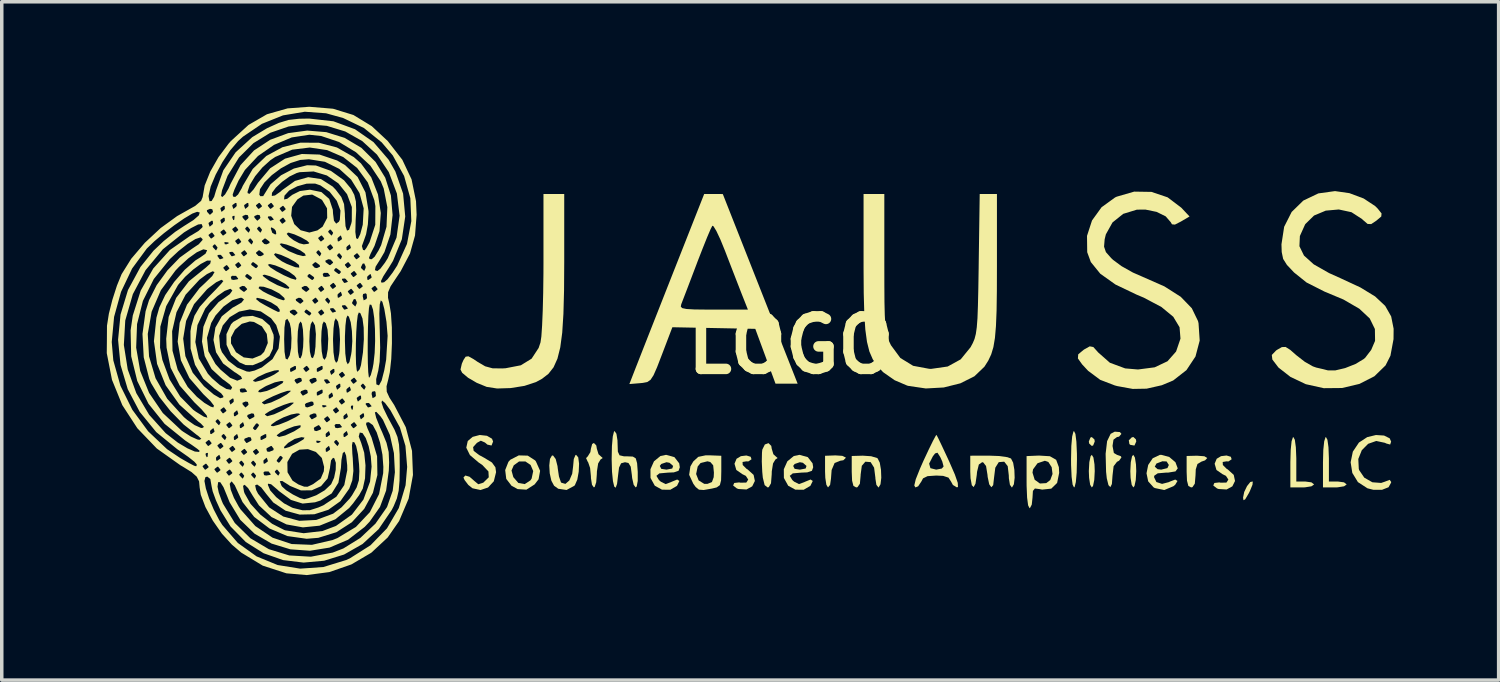
<source format=kicad_pcb>
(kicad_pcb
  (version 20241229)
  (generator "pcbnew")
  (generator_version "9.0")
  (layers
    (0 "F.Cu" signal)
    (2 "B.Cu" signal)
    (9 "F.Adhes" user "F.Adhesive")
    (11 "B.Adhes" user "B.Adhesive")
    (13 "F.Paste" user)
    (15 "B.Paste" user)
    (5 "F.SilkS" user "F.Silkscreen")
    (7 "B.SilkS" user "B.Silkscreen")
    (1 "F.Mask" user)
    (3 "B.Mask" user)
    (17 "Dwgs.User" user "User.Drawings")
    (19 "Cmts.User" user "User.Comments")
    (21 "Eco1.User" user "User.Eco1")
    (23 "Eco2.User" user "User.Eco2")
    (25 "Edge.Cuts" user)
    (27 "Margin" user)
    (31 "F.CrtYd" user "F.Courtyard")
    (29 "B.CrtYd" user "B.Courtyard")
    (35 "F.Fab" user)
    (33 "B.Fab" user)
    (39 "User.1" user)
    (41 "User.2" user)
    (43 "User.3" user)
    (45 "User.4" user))
  (footprint "LOGO"
    (layer "F.Cu")
    (at 19.545 6.81)
    (property "Reference" "LOGO" (at 0 0 0) (layer "F.SilkS") (effects (font (size 1.5 1.5) (thickness 0.3))))
    (attr board_only exclude_from_pos_files exclude_from_bom)
    (fp_poly (pts (xy 8.669 2.693) (xy 8.678 2.752) (xy 8.633 2.864) (xy 8.594 2.879) (xy 8.519 2.81) (xy 8.509 2.752) (xy 8.555 2.639) (xy 8.594 2.625)) (stroke (width 0) (type solid)) (fill yes) (layer "F.SilkS"))
    (fp_poly (pts (xy 9.855 2.693) (xy 9.864 2.752) (xy 9.812 2.868) (xy 9.695 2.848) (xy 9.668 2.825) (xy 9.651 2.719) (xy 9.737 2.633) (xy 9.784 2.625)) (stroke (width 0) (type solid)) (fill yes) (layer "F.SilkS"))
    (fp_poly (pts (xy 13.184 3.988) (xy 13.109 4.17) (xy 13.077 4.233) (xy 12.976 4.404) (xy 12.927 4.43) (xy 12.915 4.355) (xy 12.948 4.194) (xy 13.028 4.027) (xy 13.122 3.909) (xy 13.193 3.895)) (stroke (width 0) (type solid)) (fill yes) (layer "F.SilkS"))
    (fp_poly (pts (xy 8.64 3.209) (xy 8.671 3.407) (xy 8.678 3.598) (xy 8.664 3.853) (xy 8.629 4.022) (xy 8.594 4.064) (xy 8.547 3.987) (xy 8.517 3.79) (xy 8.509 3.598) (xy 8.523 3.343) (xy 8.559 3.174) (xy 8.594 3.133)) (stroke (width 0) (type solid)) (fill yes) (layer "F.SilkS"))
    (fp_poly (pts (xy 9.825 3.209) (xy 9.856 3.407) (xy 9.864 3.598) (xy 9.85 3.853) (xy 9.814 4.022) (xy 9.779 4.064) (xy 9.733 3.987) (xy 9.702 3.79) (xy 9.694 3.598) (xy 9.708 3.343) (xy 9.744 3.174) (xy 9.779 3.133)) (stroke (width 0) (type solid)) (fill yes) (layer "F.SilkS"))
    (fp_poly (pts (xy 1.466 3.162) (xy 1.564 3.209) (xy 1.566 3.22) (xy 1.496 3.288) (xy 1.406 3.302) (xy 1.247 3.366) (xy 1.162 3.566) (xy 1.143 3.817) (xy 1.118 3.992) (xy 1.058 4.064) (xy 1.011 3.988) (xy 0.981 3.791) (xy 0.974 3.612) (xy 0.974 3.16) (xy 1.27 3.149)) (stroke (width 0) (type solid)) (fill yes) (layer "F.SilkS"))
    (fp_poly (pts (xy 11.811 3.174) (xy 11.892 3.225) (xy 11.829 3.291) (xy 11.726 3.327) (xy 11.613 3.394) (xy 11.564 3.548) (xy 11.557 3.717) (xy 11.537 3.956) (xy 11.47 4.056) (xy 11.43 4.064) (xy 11.352 4.021) (xy 11.313 3.87) (xy 11.303 3.615) (xy 11.303 3.166) (xy 11.599 3.158)) (stroke (width 0) (type solid)) (fill yes) (layer "F.SilkS"))
    (fp_poly (pts (xy 8.126 2.536) (xy 8.154 2.759) (xy 8.169 3.099) (xy 8.17 3.26) (xy 8.162 3.639) (xy 8.138 3.912) (xy 8.103 4.051) (xy 8.086 4.064) (xy 8.046 3.984) (xy 8.017 3.76) (xy 8.002 3.42) (xy 8.001 3.26) (xy 8.009 2.88) (xy 8.033 2.608) (xy 8.069 2.468) (xy 8.086 2.455)) (stroke (width 0) (type solid)) (fill yes) (layer "F.SilkS"))
    (fp_poly (pts (xy 14.394 2.703) (xy 14.423 2.917) (xy 14.436 3.23) (xy 14.436 3.26) (xy 14.436 3.895) (xy 14.69 3.895) (xy 14.868 3.919) (xy 14.944 3.978) (xy 14.944 3.979) (xy 14.869 4.032) (xy 14.681 4.062) (xy 14.605 4.064) (xy 14.266 4.064) (xy 14.266 3.344) (xy 14.276 2.994) (xy 14.301 2.746) (xy 14.34 2.63) (xy 14.351 2.625)) (stroke (width 0) (type solid)) (fill yes) (layer "F.SilkS"))
    (fp_poly (pts (xy 15.325 2.703) (xy 15.355 2.917) (xy 15.367 3.23) (xy 15.367 3.26) (xy 15.367 3.895) (xy 15.621 3.895) (xy 15.799 3.919) (xy 15.875 3.978) (xy 15.875 3.979) (xy 15.8 4.032) (xy 15.612 4.062) (xy 15.536 4.064) (xy 15.198 4.064) (xy 15.198 3.344) (xy 15.207 2.994) (xy 15.233 2.746) (xy 15.271 2.63) (xy 15.282 2.625)) (stroke (width 0) (type solid)) (fill yes) (layer "F.SilkS"))
    (fp_poly (pts (xy -0.562 2.878) (xy -0.55 2.956) (xy -0.502 3.116) (xy -0.445 3.168) (xy -0.382 3.224) (xy -0.445 3.267) (xy -0.512 3.379) (xy -0.548 3.605) (xy -0.55 3.69) (xy -0.57 3.945) (xy -0.633 4.056) (xy -0.669 4.064) (xy -0.752 3.997) (xy -0.804 3.785) (xy -0.82 3.619) (xy -0.833 3.325) (xy -0.828 3.073) (xy -0.819 2.985) (xy -0.746 2.837) (xy -0.641 2.799)) (stroke (width 0) (type solid)) (fill yes) (layer "F.SilkS"))
    (fp_poly (pts (xy 9.397 2.483) (xy 9.44 2.534) (xy 9.372 2.614) (xy 9.313 2.625) (xy 9.213 2.7) (xy 9.186 2.879) (xy 9.224 3.08) (xy 9.313 3.133) (xy 9.426 3.174) (xy 9.44 3.208) (xy 9.373 3.301) (xy 9.313 3.333) (xy 9.217 3.459) (xy 9.186 3.723) (xy 9.168 3.967) (xy 9.124 4.056) (xy 9.07 3.999) (xy 9.022 3.804) (xy 9.002 3.619) (xy 8.989 3.104) (xy 9.031 2.743) (xy 9.132 2.533) (xy 9.25 2.471)) (stroke (width 0) (type solid)) (fill yes) (layer "F.SilkS"))
    (fp_poly (pts (xy -5.561 2.865) (xy -5.546 2.956) (xy -5.497 3.116) (xy -5.44 3.168) (xy -5.378 3.224) (xy -5.44 3.267) (xy -5.508 3.379) (xy -5.543 3.605) (xy -5.546 3.69) (xy -5.563 3.915) (xy -5.606 4.048) (xy -5.63 4.064) (xy -5.684 3.989) (xy -5.713 3.803) (xy -5.715 3.742) (xy -5.738 3.508) (xy -5.794 3.345) (xy -5.807 3.328) (xy -5.853 3.226) (xy -5.807 3.18) (xy -5.73 3.056) (xy -5.715 2.958) (xy -5.679 2.823) (xy -5.63 2.794)) (stroke (width 0) (type solid)) (fill yes) (layer "F.SilkS"))
    (fp_poly (pts (xy 2.29 3.173) (xy 2.46 3.224) (xy 2.476 3.235) (xy 2.537 3.357) (xy 2.572 3.561) (xy 2.58 3.787) (xy 2.558 3.974) (xy 2.506 4.063) (xy 2.498 4.064) (xy 2.44 3.99) (xy 2.412 3.81) (xy 2.412 3.789) (xy 2.375 3.499) (xy 2.276 3.341) (xy 2.125 3.329) (xy 2.024 3.446) (xy 1.99 3.702) (xy 1.99 3.723) (xy 1.969 3.959) (xy 1.9 4.057) (xy 1.863 4.064) (xy 1.785 4.021) (xy 1.746 3.87) (xy 1.736 3.615) (xy 1.736 3.166) (xy 2.053 3.157)) (stroke (width 0) (type solid)) (fill yes) (layer "F.SilkS"))
    (fp_poly (pts (xy -1.151 3.188) (xy -1.127 3.26) (xy -1.219 3.322) (xy -1.276 3.319) (xy -1.383 3.337) (xy -1.378 3.424) (xy -1.27 3.532) (xy -1.238 3.551) (xy -1.067 3.706) (xy -1.031 3.88) (xy -1.107 4.033) (xy -1.271 4.123) (xy -1.5 4.109) (xy -1.545 4.093) (xy -1.652 4.009) (xy -1.621 3.937) (xy -1.482 3.921) (xy -1.439 3.929) (xy -1.275 3.925) (xy -1.221 3.84) (xy -1.29 3.734) (xy -1.389 3.685) (xy -1.561 3.565) (xy -1.613 3.387) (xy -1.554 3.245) (xy -1.43 3.171) (xy -1.273 3.152)) (stroke (width 0) (type solid)) (fill yes) (layer "F.SilkS"))
    (fp_poly (pts (xy 12.565 3.188) (xy 12.589 3.26) (xy 12.497 3.322) (xy 12.44 3.319) (xy 12.333 3.337) (xy 12.338 3.424) (xy 12.446 3.532) (xy 12.478 3.551) (xy 12.649 3.706) (xy 12.685 3.88) (xy 12.609 4.033) (xy 12.445 4.123) (xy 12.216 4.109) (xy 12.171 4.093) (xy 12.064 4.009) (xy 12.095 3.937) (xy 12.234 3.921) (xy 12.277 3.929) (xy 12.441 3.925) (xy 12.495 3.84) (xy 12.426 3.734) (xy 12.327 3.685) (xy 12.155 3.565) (xy 12.103 3.387) (xy 12.162 3.245) (xy 12.286 3.171) (xy 12.443 3.152)) (stroke (width 0) (type solid)) (fill yes) (layer "F.SilkS"))
    (fp_poly (pts (xy -7.52 3.156) (xy -7.309 3.291) (xy -7.286 3.321) (xy -7.166 3.59) (xy -7.21 3.832) (xy -7.324 3.979) (xy -7.558 4.128) (xy -7.808 4.112) (xy -7.982 4.017) (xy -8.133 3.82) (xy -8.162 3.58) (xy -7.983 3.58) (xy -7.931 3.77) (xy -7.787 3.937) (xy -7.605 3.969) (xy -7.441 3.861) (xy -7.408 3.81) (xy -7.363 3.597) (xy -7.437 3.424) (xy -7.586 3.322) (xy -7.768 3.323) (xy -7.918 3.432) (xy -7.983 3.58) (xy -8.162 3.58) (xy -8.164 3.569) (xy -8.071 3.333) (xy -8.016 3.273) (xy -7.776 3.149)) (stroke (width 0) (type solid)) (fill yes) (layer "F.SilkS"))
    (fp_poly (pts (xy -6.077 3.205) (xy -6.053 3.385) (xy -6.063 3.616) (xy -6.103 3.839) (xy -6.172 3.998) (xy -6.187 4.016) (xy -6.41 4.137) (xy -6.648 4.102) (xy -6.767 4.016) (xy -6.844 3.873) (xy -6.891 3.662) (xy -6.904 3.437) (xy -6.884 3.25) (xy -6.828 3.154) (xy -6.795 3.153) (xy -6.721 3.252) (xy -6.669 3.455) (xy -6.662 3.52) (xy -6.627 3.753) (xy -6.573 3.911) (xy -6.56 3.929) (xy -6.443 3.963) (xy -6.331 3.865) (xy -6.249 3.673) (xy -6.223 3.461) (xy -6.204 3.253) (xy -6.156 3.14) (xy -6.138 3.133)) (stroke (width 0) (type solid)) (fill yes) (layer "F.SilkS"))
    (fp_poly (pts (xy 16.943 2.582) (xy 17.103 2.661) (xy 17.145 2.756) (xy 17.117 2.839) (xy 17.006 2.809) (xy 16.968 2.79) (xy 16.72 2.737) (xy 16.489 2.818) (xy 16.307 3.001) (xy 16.207 3.251) (xy 16.221 3.535) (xy 16.231 3.569) (xy 16.378 3.785) (xy 16.609 3.917) (xy 16.86 3.936) (xy 16.968 3.899) (xy 17.103 3.847) (xy 17.144 3.904) (xy 17.145 3.925) (xy 17.072 4.058) (xy 16.887 4.131) (xy 16.638 4.132) (xy 16.468 4.089) (xy 16.196 3.912) (xy 16.036 3.65) (xy 15.988 3.346) (xy 16.051 3.042) (xy 16.225 2.782) (xy 16.462 2.627) (xy 16.712 2.567)) (stroke (width 0) (type solid)) (fill yes) (layer "F.SilkS"))
    (fp_poly (pts (xy -2.324 3.147) (xy -1.99 3.16) (xy -1.99 3.602) (xy -1.996 3.861) (xy -2.031 3.999) (xy -2.122 4.064) (xy -2.254 4.096) (xy -2.493 4.138) (xy -2.628 4.128) (xy -2.722 4.052) (xy -2.789 3.96) (xy -2.908 3.705) (xy -2.905 3.681) (xy -2.709 3.681) (xy -2.637 3.864) (xy -2.477 3.962) (xy -2.386 3.963) (xy -2.258 3.911) (xy -2.207 3.771) (xy -2.201 3.641) (xy -2.222 3.432) (xy -2.305 3.338) (xy -2.386 3.318) (xy -2.581 3.366) (xy -2.664 3.466) (xy -2.709 3.681) (xy -2.905 3.681) (xy -2.873 3.464) (xy -2.79 3.322) (xy -2.649 3.191) (xy -2.437 3.147)) (stroke (width 0) (type solid)) (fill yes) (layer "F.SilkS"))
    (fp_poly (pts (xy -4.986 2.531) (xy -4.956 2.72) (xy -4.953 2.816) (xy -4.945 3.042) (xy -4.897 3.146) (xy -4.774 3.175) (xy -4.678 3.176) (xy -4.517 3.183) (xy -4.433 3.235) (xy -4.395 3.374) (xy -4.377 3.619) (xy -4.377 3.878) (xy -4.406 4.035) (xy -4.436 4.064) (xy -4.493 3.989) (xy -4.536 3.799) (xy -4.546 3.704) (xy -4.577 3.472) (xy -4.642 3.366) (xy -4.741 3.344) (xy -4.853 3.375) (xy -4.911 3.497) (xy -4.937 3.704) (xy -4.968 3.965) (xy -5.007 4.072) (xy -5.048 4.04) (xy -5.085 3.884) (xy -5.112 3.618) (xy -5.122 3.26) (xy -5.114 2.88) (xy -5.09 2.608) (xy -5.055 2.468) (xy -5.038 2.455)) (stroke (width 0) (type solid)) (fill yes) (layer "F.SilkS"))
    (fp_poly (pts (xy 7.397 3.173) (xy 7.576 3.275) (xy 7.653 3.485) (xy 7.662 3.648) (xy 7.603 3.936) (xy 7.436 4.099) (xy 7.175 4.126) (xy 7.104 4.112) (xy 6.968 4.095) (xy 6.912 4.164) (xy 6.9 4.359) (xy 6.879 4.555) (xy 6.827 4.654) (xy 6.816 4.657) (xy 6.775 4.577) (xy 6.746 4.357) (xy 6.732 4.024) (xy 6.731 3.913) (xy 6.731 3.641) (xy 6.9 3.641) (xy 6.962 3.844) (xy 7.112 3.952) (xy 7.293 3.941) (xy 7.407 3.853) (xy 7.472 3.68) (xy 7.448 3.486) (xy 7.354 3.339) (xy 7.254 3.302) (xy 7.044 3.373) (xy 6.916 3.547) (xy 6.9 3.641) (xy 6.731 3.641) (xy 6.731 3.169) (xy 7.087 3.154)) (stroke (width 0) (type solid)) (fill yes) (layer "F.SilkS"))
    (fp_poly (pts (xy -15.105 -0.747) (xy -14.891 -0.562) (xy -14.781 -0.299) (xy -14.774 -0.212) (xy -14.801 0.103) (xy -14.899 0.308) (xy -15.096 0.456) (xy -15.119 0.469) (xy -15.374 0.572) (xy -15.577 0.569) (xy -15.748 0.495) (xy -15.995 0.278) (xy -16.123 -0.008) (xy -16.124 -0.05) (xy -15.996 -0.05) (xy -15.854 0.202) (xy -15.633 0.35) (xy -15.38 0.382) (xy -15.143 0.286) (xy -15.05 0.191) (xy -14.945 -0.062) (xy -14.974 -0.321) (xy -15.114 -0.538) (xy -15.341 -0.663) (xy -15.459 -0.677) (xy -15.689 -0.609) (xy -15.883 -0.44) (xy -15.995 -0.223) (xy -15.996 -0.05) (xy -16.124 -0.05) (xy -16.126 -0.315) (xy -15.996 -0.595) (xy -15.933 -0.663) (xy -15.669 -0.814) (xy -15.379 -0.837)) (stroke (width 0) (type solid)) (fill yes) (layer "F.SilkS"))
    (fp_poly (pts (xy -3.329 3.199) (xy -3.193 3.375) (xy -3.175 3.488) (xy -3.211 3.589) (xy -3.345 3.634) (xy -3.514 3.641) (xy -3.759 3.663) (xy -3.844 3.733) (xy -3.771 3.853) (xy -3.718 3.9) (xy -3.58 3.969) (xy -3.423 3.91) (xy -3.414 3.905) (xy -3.25 3.838) (xy -3.187 3.879) (xy -3.251 4.011) (xy -3.258 4.02) (xy -3.447 4.131) (xy -3.685 4.128) (xy -3.889 4.016) (xy -4.012 3.794) (xy -4.014 3.545) (xy -3.972 3.45) (xy -3.747 3.45) (xy -3.705 3.533) (xy -3.556 3.556) (xy -3.391 3.524) (xy -3.366 3.45) (xy -3.469 3.36) (xy -3.556 3.344) (xy -3.704 3.394) (xy -3.747 3.45) (xy -3.972 3.45) (xy -3.913 3.318) (xy -3.729 3.167) (xy -3.567 3.133)) (stroke (width 0) (type solid)) (fill yes) (layer "F.SilkS"))
    (fp_poly (pts (xy 0.481 3.199) (xy 0.617 3.375) (xy 0.635 3.488) (xy 0.599 3.589) (xy 0.465 3.634) (xy 0.296 3.641) (xy 0.051 3.663) (xy -0.034 3.733) (xy 0.039 3.853) (xy 0.092 3.9) (xy 0.23 3.969) (xy 0.387 3.91) (xy 0.396 3.905) (xy 0.56 3.838) (xy 0.623 3.879) (xy 0.559 4.011) (xy 0.552 4.02) (xy 0.363 4.131) (xy 0.125 4.128) (xy -0.079 4.016) (xy -0.202 3.794) (xy -0.204 3.545) (xy -0.162 3.45) (xy 0.063 3.45) (xy 0.105 3.533) (xy 0.254 3.556) (xy 0.419 3.524) (xy 0.444 3.45) (xy 0.341 3.36) (xy 0.254 3.344) (xy 0.106 3.394) (xy 0.063 3.45) (xy -0.162 3.45) (xy -0.103 3.318) (xy 0.081 3.167) (xy 0.243 3.133)) (stroke (width 0) (type solid)) (fill yes) (layer "F.SilkS"))
    (fp_poly (pts (xy 5.947 3.167) (xy 6.181 3.2) (xy 6.286 3.238) (xy 6.347 3.358) (xy 6.382 3.561) (xy 6.39 3.787) (xy 6.368 3.974) (xy 6.316 4.063) (xy 6.308 4.064) (xy 6.255 3.989) (xy 6.225 3.801) (xy 6.223 3.723) (xy 6.192 3.457) (xy 6.096 3.333) (xy 6.087 3.329) (xy 5.936 3.342) (xy 5.837 3.501) (xy 5.801 3.789) (xy 5.777 3.999) (xy 5.724 4.058) (xy 5.664 3.976) (xy 5.619 3.763) (xy 5.614 3.704) (xy 5.573 3.453) (xy 5.492 3.349) (xy 5.461 3.344) (xy 5.367 3.41) (xy 5.316 3.618) (xy 5.308 3.704) (xy 5.271 3.959) (xy 5.218 4.055) (xy 5.166 4) (xy 5.13 3.802) (xy 5.122 3.611) (xy 5.122 3.158) (xy 5.651 3.156)) (stroke (width 0) (type solid)) (fill yes) (layer "F.SilkS"))
    (fp_poly (pts (xy -8.684 2.589) (xy -8.54 2.673) (xy -8.509 2.753) (xy -8.554 2.867) (xy -8.672 2.841) (xy -8.742 2.781) (xy -8.86 2.729) (xy -8.971 2.791) (xy -9.08 2.913) (xy -9.064 3.02) (xy -8.909 3.138) (xy -8.763 3.217) (xy -8.542 3.352) (xy -8.443 3.489) (xy -8.424 3.629) (xy -8.489 3.889) (xy -8.653 4.066) (xy -8.871 4.139) (xy -9.098 4.088) (xy -9.216 3.994) (xy -9.323 3.854) (xy -9.356 3.782) (xy -9.302 3.724) (xy -9.182 3.759) (xy -9.056 3.869) (xy -9.052 3.873) (xy -8.932 3.973) (xy -8.789 3.928) (xy -8.633 3.775) (xy -8.642 3.608) (xy -8.818 3.422) (xy -8.927 3.348) (xy -9.171 3.14) (xy -9.275 2.929) (xy -9.233 2.739) (xy -9.094 2.62) (xy -8.89 2.566)) (stroke (width 0) (type solid)) (fill yes) (layer "F.SilkS"))
    (fp_poly (pts (xy 10.806 3.194) (xy 10.983 3.344) (xy 11.049 3.52) (xy 10.985 3.606) (xy 10.779 3.64) (xy 10.71 3.641) (xy 10.477 3.661) (xy 10.379 3.729) (xy 10.372 3.77) (xy 10.439 3.91) (xy 10.601 3.963) (xy 10.798 3.912) (xy 10.814 3.902) (xy 10.977 3.839) (xy 11.042 3.879) (xy 10.979 3.985) (xy 10.927 4.029) (xy 10.663 4.139) (xy 10.396 4.082) (xy 10.36 4.063) (xy 10.205 3.891) (xy 10.157 3.66) (xy 10.195 3.472) (xy 10.393 3.472) (xy 10.474 3.543) (xy 10.576 3.556) (xy 10.754 3.512) (xy 10.795 3.423) (xy 10.731 3.322) (xy 10.611 3.317) (xy 10.441 3.381) (xy 10.393 3.472) (xy 10.195 3.472) (xy 10.205 3.422) (xy 10.335 3.23) (xy 10.536 3.135) (xy 10.579 3.133)) (stroke (width 0) (type solid)) (fill yes) (layer "F.SilkS"))
    (fp_poly (pts (xy 4.201 2.645) (xy 4.298 2.847) (xy 4.432 3.133) (xy 4.521 3.325) (xy 4.683 3.697) (xy 4.765 3.934) (xy 4.771 4.049) (xy 4.743 4.064) (xy 4.626 3.994) (xy 4.572 3.895) (xy 4.5 3.784) (xy 4.346 3.734) (xy 4.149 3.725) (xy 3.902 3.742) (xy 3.773 3.805) (xy 3.725 3.895) (xy 3.633 4.032) (xy 3.555 4.064) (xy 3.523 4.008) (xy 3.565 3.831) (xy 3.687 3.525) (xy 3.749 3.384) (xy 3.947 3.384) (xy 3.984 3.514) (xy 4.149 3.556) (xy 4.308 3.525) (xy 4.36 3.466) (xy 4.323 3.325) (xy 4.265 3.197) (xy 4.185 3.072) (xy 4.117 3.093) (xy 4.053 3.176) (xy 3.947 3.384) (xy 3.749 3.384) (xy 3.786 3.301) (xy 3.935 2.983) (xy 4.057 2.734) (xy 4.136 2.588) (xy 4.157 2.563)) (stroke (width 0) (type solid)) (fill yes) (layer "F.SilkS"))
    (fp_poly (pts (xy -6.477 -2.382) (xy -6.482 -1.562) (xy -6.5 -0.894) (xy -6.534 -0.358) (xy -6.59 0.063) (xy -6.671 0.387) (xy -6.782 0.633) (xy -6.927 0.818) (xy -7.11 0.96) (xy -7.285 1.055) (xy -7.613 1.163) (xy -8.008 1.226) (xy -8.394 1.238) (xy -8.692 1.192) (xy -8.976 1.076) (xy -9.224 0.931) (xy -9.393 0.789) (xy -9.44 0.696) (xy -9.402 0.53) (xy -9.354 0.421) (xy -9.293 0.329) (xy -9.214 0.318) (xy -9.072 0.396) (xy -8.952 0.477) (xy -8.735 0.604) (xy -8.526 0.661) (xy -8.248 0.665) (xy -8.15 0.659) (xy -7.717 0.575) (xy -7.409 0.386) (xy -7.208 0.079) (xy -7.155 -0.078) (xy -7.13 -0.249) (xy -7.109 -0.56) (xy -7.091 -0.984) (xy -7.078 -1.491) (xy -7.071 -2.053) (xy -7.07 -2.349) (xy -7.07 -4.318) (xy -6.773 -4.318) (xy -6.477 -4.318)) (stroke (width 0) (type solid)) (fill yes) (layer "F.SilkS"))
    (fp_poly (pts (xy -2.213 -4.318) (xy -1.947 -4.317) (xy -0.878 -1.608) (xy 0.191 1.101) (xy -0.125 1.101) (xy -0.441 1.101) (xy -0.73 0.318) (xy -1.019 -0.466) (xy -2.203 -0.489) (xy -3.388 -0.512) (xy -3.687 0.273) (xy -3.825 0.631) (xy -3.926 0.86) (xy -4.012 0.991) (xy -4.106 1.054) (xy -4.231 1.078) (xy -4.301 1.085) (xy -4.616 1.111) (xy -4.441 0.661) (xy -4.364 0.465) (xy -4.235 0.136) (xy -4.064 -0.299) (xy -3.86 -0.817) (xy -3.748 -1.101) (xy -3.147 -1.101) (xy -3.106 -1.058) (xy -2.985 -1.033) (xy -2.759 -1.02) (xy -2.4 -1.016) (xy -2.212 -1.016) (xy -1.23 -1.016) (xy -1.406 -1.46) (xy -1.516 -1.743) (xy -1.662 -2.119) (xy -1.819 -2.525) (xy -1.883 -2.692) (xy -2.015 -3.016) (xy -2.13 -3.26) (xy -2.214 -3.397) (xy -2.245 -3.412) (xy -2.297 -3.311) (xy -2.394 -3.084) (xy -2.523 -2.762) (xy -2.672 -2.38) (xy -2.691 -2.328) (xy -2.842 -1.931) (xy -2.975 -1.582) (xy -3.077 -1.317) (xy -3.133 -1.171) (xy -3.135 -1.164) (xy -3.147 -1.101) (xy -3.748 -1.101) (xy -3.634 -1.391) (xy -3.395 -1.997) (xy -3.373 -2.053) (xy -2.479 -4.318)) (stroke (width 0) (type solid)) (fill yes) (layer "F.SilkS"))
    (fp_poly (pts (xy 2.667 -2.346) (xy 2.668 -1.715) (xy 2.671 -1.228) (xy 2.68 -0.862) (xy 2.695 -0.591) (xy 2.719 -0.393) (xy 2.754 -0.242) (xy 2.802 -0.113) (xy 2.857 0.003) (xy 3.125 0.366) (xy 3.49 0.59) (xy 3.951 0.676) (xy 4.009 0.677) (xy 4.477 0.61) (xy 4.848 0.406) (xy 5.13 0.06) (xy 5.194 -0.059) (xy 5.244 -0.177) (xy 5.281 -0.32) (xy 5.308 -0.509) (xy 5.328 -0.769) (xy 5.341 -1.125) (xy 5.352 -1.598) (xy 5.362 -2.215) (xy 5.363 -2.307) (xy 5.392 -4.318) (xy 5.638 -4.318) (xy 5.884 -4.318) (xy 5.884 -2.256) (xy 5.882 -1.548) (xy 5.874 -0.985) (xy 5.856 -0.546) (xy 5.827 -0.207) (xy 5.783 0.055) (xy 5.721 0.262) (xy 5.638 0.439) (xy 5.532 0.607) (xy 5.526 0.616) (xy 5.241 0.889) (xy 4.84 1.09) (xy 4.364 1.209) (xy 3.853 1.237) (xy 3.35 1.163) (xy 3.318 1.154) (xy 2.962 1.002) (xy 2.644 0.78) (xy 2.617 0.755) (xy 2.46 0.586) (xy 2.336 0.402) (xy 2.241 0.183) (xy 2.172 -0.093) (xy 2.124 -0.447) (xy 2.095 -0.902) (xy 2.079 -1.48) (xy 2.074 -2.201) (xy 2.074 -2.344) (xy 2.074 -4.318) (xy 2.371 -4.318) (xy 2.667 -4.318)) (stroke (width 0) (type solid)) (fill yes) (layer "F.SilkS"))
    (fp_poly (pts (xy 10.3 -4.378) (xy 10.759 -4.223) (xy 11.149 -3.928) (xy 11.154 -3.923) (xy 11.386 -3.676) (xy 11.141 -3.532) (xy 10.969 -3.444) (xy 10.884 -3.452) (xy 10.851 -3.51) (xy 10.705 -3.679) (xy 10.446 -3.807) (xy 10.126 -3.873) (xy 9.882 -3.871) (xy 9.491 -3.751) (xy 9.185 -3.505) (xy 8.995 -3.164) (xy 8.961 -3.022) (xy 8.944 -2.813) (xy 8.997 -2.658) (xy 9.148 -2.487) (xy 9.204 -2.434) (xy 9.445 -2.256) (xy 9.769 -2.074) (xy 10.041 -1.955) (xy 10.667 -1.679) (xy 11.134 -1.382) (xy 11.451 -1.054) (xy 11.628 -0.689) (xy 11.643 -0.627) (xy 11.676 -0.131) (xy 11.556 0.324) (xy 11.298 0.713) (xy 10.919 1.009) (xy 10.593 1.145) (xy 10.16 1.243) (xy 9.764 1.25) (xy 9.32 1.169) (xy 9.25 1.15) (xy 8.833 0.99) (xy 8.489 0.733) (xy 8.32 0.552) (xy 8.197 0.38) (xy 8.206 0.262) (xy 8.358 0.135) (xy 8.383 0.119) (xy 8.535 0.034) (xy 8.637 0.053) (xy 8.763 0.192) (xy 8.771 0.203) (xy 9.11 0.502) (xy 9.547 0.664) (xy 9.914 0.695) (xy 10.39 0.633) (xy 10.756 0.46) (xy 10.999 0.185) (xy 11.005 0.172) (xy 11.127 -0.186) (xy 11.101 -0.512) (xy 10.921 -0.811) (xy 10.583 -1.09) (xy 10.081 -1.356) (xy 9.868 -1.446) (xy 9.27 -1.732) (xy 8.837 -2.04) (xy 8.566 -2.374) (xy 8.463 -2.655) (xy 8.457 -3.122) (xy 8.6 -3.562) (xy 8.873 -3.94) (xy 9.258 -4.219) (xy 9.307 -4.242) (xy 9.805 -4.386)) (stroke (width 0) (type solid)) (fill yes) (layer "F.SilkS"))
    (fp_poly (pts (xy 15.954 -4.342) (xy 16.36 -4.19) (xy 16.69 -3.972) (xy 16.762 -3.9) (xy 16.871 -3.763) (xy 16.863 -3.675) (xy 16.728 -3.561) (xy 16.722 -3.556) (xy 16.575 -3.458) (xy 16.472 -3.463) (xy 16.337 -3.579) (xy 16.313 -3.603) (xy 16.012 -3.798) (xy 15.65 -3.876) (xy 15.278 -3.843) (xy 14.943 -3.703) (xy 14.695 -3.46) (xy 14.686 -3.446) (xy 14.538 -3.118) (xy 14.525 -2.826) (xy 14.655 -2.56) (xy 14.935 -2.308) (xy 15.373 -2.059) (xy 15.691 -1.916) (xy 16.264 -1.65) (xy 16.687 -1.392) (xy 16.975 -1.122) (xy 17.146 -0.821) (xy 17.216 -0.469) (xy 17.213 -0.171) (xy 17.125 0.302) (xy 16.985 0.579) (xy 16.666 0.889) (xy 16.239 1.107) (xy 15.744 1.224) (xy 15.219 1.229) (xy 14.708 1.115) (xy 14.269 0.907) (xy 13.927 0.64) (xy 13.752 0.411) (xy 13.736 0.28) (xy 13.859 0.152) (xy 13.892 0.13) (xy 14.024 0.055) (xy 14.13 0.051) (xy 14.262 0.134) (xy 14.439 0.289) (xy 14.677 0.474) (xy 14.909 0.606) (xy 15.005 0.64) (xy 15.212 0.688) (xy 15.335 0.72) (xy 15.545 0.722) (xy 15.83 0.655) (xy 16.124 0.539) (xy 16.361 0.397) (xy 16.403 0.361) (xy 16.575 0.136) (xy 16.682 -0.113) (xy 16.686 -0.132) (xy 16.681 -0.461) (xy 16.534 -0.762) (xy 16.236 -1.041) (xy 15.782 -1.304) (xy 15.24 -1.531) (xy 14.727 -1.791) (xy 14.372 -2.076) (xy 14.168 -2.292) (xy 14.06 -2.464) (xy 14.019 -2.66) (xy 14.012 -2.881) (xy 14.089 -3.382) (xy 14.303 -3.805) (xy 14.636 -4.13) (xy 15.065 -4.335) (xy 15.542 -4.401)) (stroke (width 0) (type solid)) (fill yes) (layer "F.SilkS"))
    (fp_poly (pts (xy -13.081 -6.754) (xy -12.499 -6.575) (xy -11.975 -6.256) (xy -11.519 -5.832) (xy -11.102 -5.296) (xy -10.838 -4.736) (xy -10.711 -4.114) (xy -10.694 -3.725) (xy -10.739 -3.134) (xy -10.883 -2.618) (xy -11.149 -2.112) (xy -11.277 -1.922) (xy -11.437 -1.681) (xy -11.509 -1.512) (xy -11.511 -1.354) (xy -11.476 -1.202) (xy -11.427 -0.909) (xy -11.401 -0.506) (xy -11.399 -0.053) (xy -11.418 0.393) (xy -11.459 0.772) (xy -11.502 0.972) (xy -11.553 1.175) (xy -11.547 1.33) (xy -11.468 1.502) (xy -11.334 1.71) (xy -11.003 2.344) (xy -10.825 3.019) (xy -10.798 3.708) (xy -10.922 4.385) (xy -11.194 5.025) (xy -11.52 5.494) (xy -11.989 5.93) (xy -12.558 6.264) (xy -13.185 6.482) (xy -13.831 6.568) (xy -14.413 6.518) (xy -15.09 6.298) (xy -15.701 5.928) (xy -15.969 5.7) (xy -16.255 5.386) (xy -16.516 5.012) (xy -16.726 4.626) (xy -16.859 4.274) (xy -16.892 4.064) (xy -16.908 3.89) (xy -16.914 3.879) (xy -16.755 3.879) (xy -16.714 4.095) (xy -16.622 4.379) (xy -16.491 4.691) (xy -16.336 4.991) (xy -16.244 5.137) (xy -15.8 5.651) (xy -15.265 6.034) (xy -14.664 6.281) (xy -14.02 6.384) (xy -13.358 6.338) (xy -12.703 6.137) (xy -12.6 6.089) (xy -12.01 5.716) (xy -11.54 5.232) (xy -11.203 4.654) (xy -11.009 4.002) (xy -10.964 3.479) (xy -11.013 2.877) (xy -11.171 2.351) (xy -11.441 1.861) (xy -11.596 1.651) (xy -11.681 1.581) (xy -11.697 1.636) (xy -11.643 1.8) (xy -11.518 2.059) (xy -11.456 2.173) (xy -11.324 2.418) (xy -11.241 2.622) (xy -11.197 2.838) (xy -11.179 3.12) (xy -11.176 3.471) (xy -11.182 3.872) (xy -11.206 4.157) (xy -11.258 4.38) (xy -11.347 4.595) (xy -11.405 4.708) (xy -11.778 5.256) (xy -12.239 5.681) (xy -12.766 5.981) (xy -13.335 6.158) (xy -13.923 6.211) (xy -14.508 6.14) (xy -15.065 5.944) (xy -15.573 5.624) (xy -16.008 5.181) (xy -16.294 4.723) (xy -16.427 4.431) (xy -16.52 4.176) (xy -16.548 4.043) (xy -16.381 4.043) (xy -16.346 4.21) (xy -16.26 4.448) (xy -16.225 4.53) (xy -15.887 5.08) (xy -15.442 5.516) (xy -14.915 5.828) (xy -14.331 6.007) (xy -13.715 6.043) (xy -13.093 5.926) (xy -12.785 5.807) (xy -12.303 5.508) (xy -11.87 5.099) (xy -11.546 4.635) (xy -11.535 4.614) (xy -11.377 4.159) (xy -11.314 3.631) (xy -11.342 3.083) (xy -11.457 2.566) (xy -11.655 2.133) (xy -11.726 2.032) (xy -11.845 1.904) (xy -11.886 1.92) (xy -11.85 2.072) (xy -11.738 2.353) (xy -11.675 2.493) (xy -11.553 2.792) (xy -11.492 3.052) (xy -11.479 3.353) (xy -11.488 3.583) (xy -11.565 4.153) (xy -11.74 4.622) (xy -12.035 5.041) (xy -12.177 5.192) (xy -12.652 5.558) (xy -13.182 5.783) (xy -13.741 5.873) (xy -14.301 5.832) (xy -14.837 5.668) (xy -15.323 5.385) (xy -15.731 4.99) (xy -16.036 4.488) (xy -16.1 4.327) (xy -16.211 4.057) (xy -16.273 3.96) (xy -16.033 3.96) (xy -16.004 4.129) (xy -15.913 4.361) (xy -15.773 4.615) (xy -15.723 4.691) (xy -15.301 5.168) (xy -14.808 5.5) (xy -14.263 5.681) (xy -13.685 5.704) (xy -13.092 5.566) (xy -12.954 5.51) (xy -12.428 5.193) (xy -12.029 4.77) (xy -11.766 4.253) (xy -11.649 3.657) (xy -11.644 3.476) (xy -11.67 3.129) (xy -11.738 2.787) (xy -11.834 2.491) (xy -11.945 2.283) (xy -12.058 2.201) (xy -12.061 2.201) (xy -12.125 2.209) (xy -12.139 2.256) (xy -12.096 2.38) (xy -11.99 2.619) (xy -11.982 2.637) (xy -11.823 3.174) (xy -11.814 3.709) (xy -11.942 4.218) (xy -12.191 4.676) (xy -12.544 5.059) (xy -12.987 5.344) (xy -13.503 5.504) (xy -13.835 5.531) (xy -14.384 5.454) (xy -14.895 5.238) (xy -15.333 4.907) (xy -15.666 4.483) (xy -15.798 4.201) (xy -15.881 4.019) (xy -15.652 4.019) (xy -15.626 4.18) (xy -15.609 4.231) (xy -15.438 4.533) (xy -15.158 4.84) (xy -14.82 5.104) (xy -14.475 5.28) (xy -14.446 5.29) (xy -13.92 5.372) (xy -13.381 5.309) (xy -12.998 5.164) (xy -12.542 4.84) (xy -12.214 4.412) (xy -12.024 3.899) (xy -11.98 3.471) (xy -12.003 3.173) (xy -12.064 2.886) (xy -12.147 2.653) (xy -12.239 2.512) (xy -12.317 2.496) (xy -12.347 2.609) (xy -12.276 2.795) (xy -12.191 3.072) (xy -12.154 3.435) (xy -12.167 3.805) (xy -12.231 4.096) (xy -12.334 4.282) (xy -12.508 4.519) (xy -12.621 4.652) (xy -13.015 4.974) (xy -13.466 5.157) (xy -13.942 5.205) (xy -14.41 5.121) (xy -14.839 4.91) (xy -15.198 4.576) (xy -15.378 4.297) (xy -15.508 4.083) (xy -15.589 4.005) (xy -15.307 4.005) (xy -15.277 4.139) (xy -15.224 4.243) (xy -14.907 4.634) (xy -14.504 4.895) (xy -14.045 5.018) (xy -13.56 4.993) (xy -13.081 4.815) (xy -13.074 4.811) (xy -12.838 4.632) (xy -12.607 4.384) (xy -12.538 4.289) (xy -12.407 4.064) (xy -12.343 3.86) (xy -12.329 3.603) (xy -12.338 3.408) (xy -12.37 3.114) (xy -12.421 2.882) (xy -12.469 2.779) (xy -12.521 2.762) (xy -12.54 2.861) (xy -12.53 3.097) (xy -12.518 3.23) (xy -12.5 3.593) (xy -12.531 3.861) (xy -12.618 4.099) (xy -12.872 4.458) (xy -13.216 4.703) (xy -13.615 4.831) (xy -14.034 4.84) (xy -14.437 4.729) (xy -14.789 4.494) (xy -14.986 4.254) (xy -15.133 4.063) (xy -15.237 3.989) (xy -14.944 3.989) (xy -14.876 4.149) (xy -14.705 4.341) (xy -14.48 4.52) (xy -14.248 4.642) (xy -14.215 4.653) (xy -13.952 4.717) (xy -13.74 4.714) (xy -13.5 4.637) (xy -13.358 4.575) (xy -12.987 4.33) (xy -12.76 3.996) (xy -12.675 3.571) (xy -12.677 3.429) (xy -12.708 3.154) (xy -12.754 3.041) (xy -12.803 3.084) (xy -12.841 3.279) (xy -12.856 3.507) (xy -12.928 3.929) (xy -13.12 4.236) (xy -13.44 4.438) (xy -13.596 4.489) (xy -13.951 4.525) (xy -14.283 4.421) (xy -14.627 4.167) (xy -14.669 4.127) (xy -14.851 3.973) (xy -14.936 3.957) (xy -14.944 3.989) (xy -15.237 3.989) (xy -15.25 3.98) (xy -15.307 4.005) (xy -15.589 4.005) (xy -15.606 3.988) (xy -15.652 4.019) (xy -15.881 4.019) (xy -15.887 4.004) (xy -15.97 3.9) (xy -15.986 3.895) (xy -16.033 3.96) (xy -16.273 3.96) (xy -16.302 3.915) (xy -16.363 3.912) (xy -16.381 4.043) (xy -16.548 4.043) (xy -16.552 4.022) (xy -16.576 3.886) (xy -14.603 3.886) (xy -14.556 4.009) (xy -14.538 4.038) (xy -14.422 4.143) (xy -14.226 4.267) (xy -14.025 4.367) (xy -13.904 4.402) (xy -13.788 4.372) (xy -13.59 4.299) (xy -13.555 4.285) (xy -13.32 4.147) (xy -13.14 3.977) (xy -13.134 3.969) (xy -13.051 3.786) (xy -13.005 3.564) (xy -13.001 3.361) (xy -13.044 3.234) (xy -13.081 3.217) (xy -13.138 3.291) (xy -13.165 3.473) (xy -13.166 3.499) (xy -13.236 3.807) (xy -13.424 4.028) (xy -13.69 4.147) (xy -13.999 4.149) (xy -14.313 4.019) (xy -14.353 3.991) (xy -14.533 3.879) (xy -14.603 3.886) (xy -16.576 3.886) (xy -16.586 3.824) (xy -16.674 3.754) (xy -16.728 3.772) (xy -16.755 3.879) (xy -16.914 3.879) (xy -16.975 3.757) (xy -17.123 3.626) (xy -17.372 3.471) (xy -16.806 3.471) (xy -16.742 3.554) (xy -16.722 3.556) (xy -16.468 3.556) (xy -16.403 3.638) (xy -16.383 3.641) (xy -16.129 3.641) (xy -16.065 3.723) (xy -16.044 3.725) (xy -16.002 3.693) (xy -15.761 3.693) (xy -15.748 3.725) (xy -15.672 3.806) (xy -15.658 3.81) (xy -15.622 3.744) (xy -15.621 3.725) (xy -15.647 3.693) (xy -15.423 3.693) (xy -15.409 3.725) (xy -15.333 3.806) (xy -15.32 3.81) (xy -15.283 3.744) (xy -15.282 3.725) (xy -15.347 3.644) (xy -15.372 3.641) (xy -15.423 3.693) (xy -15.647 3.693) (xy -15.686 3.644) (xy -15.711 3.641) (xy -15.761 3.693) (xy -16.002 3.693) (xy -15.962 3.661) (xy -15.96 3.641) (xy -15.961 3.639) (xy -15.07 3.639) (xy -15.051 3.713) (xy -14.991 3.725) (xy -14.875 3.706) (xy -14.859 3.688) (xy -14.921 3.609) (xy -14.991 3.608) (xy -14.745 3.608) (xy -14.732 3.641) (xy -14.656 3.721) (xy -14.642 3.725) (xy -14.606 3.66) (xy -14.605 3.641) (xy -14.67 3.559) (xy -14.695 3.556) (xy -14.745 3.608) (xy -14.991 3.608) (xy -15.033 3.607) (xy -15.07 3.639) (xy -15.961 3.639) (xy -16.024 3.558) (xy -16.044 3.556) (xy -16.127 3.62) (xy -16.129 3.641) (xy -16.383 3.641) (xy -16.301 3.576) (xy -16.298 3.556) (xy -16.363 3.474) (xy -16.383 3.471) (xy -16.465 3.536) (xy -16.468 3.556) (xy -16.722 3.556) (xy -16.639 3.492) (xy -16.637 3.471) (xy -16.701 3.389) (xy -16.722 3.387) (xy -16.804 3.451) (xy -16.806 3.471) (xy -17.372 3.471) (xy -17.386 3.463) (xy -17.441 3.431) (xy -18.115 2.953) (xy -18.671 2.374) (xy -19.102 1.712) (xy -19.396 0.99) (xy -19.545 0.227) (xy -19.542 -0.09) (xy -19.403 -0.09) (xy -19.358 0.435) (xy -19.155 1.158) (xy -18.815 1.845) (xy -18.363 2.461) (xy -17.822 2.972) (xy -17.447 3.224) (xy -17.193 3.369) (xy -17.051 3.443) (xy -16.99 3.46) (xy -16.976 3.431) (xy -16.976 3.405) (xy -17.042 3.33) (xy -17.184 3.217) (xy -16.425 3.217) (xy -16.419 3.295) (xy -16.388 3.302) (xy -16.129 3.302) (xy -16.065 3.384) (xy -16.044 3.387) (xy -16.002 3.354) (xy -15.761 3.354) (xy -15.748 3.387) (xy -15.672 3.467) (xy -15.658 3.471) (xy -15.622 3.406) (xy -15.621 3.387) (xy -15.647 3.354) (xy -15.423 3.354) (xy -15.409 3.387) (xy -15.333 3.467) (xy -15.32 3.471) (xy -15.283 3.406) (xy -15.282 3.387) (xy -15.347 3.305) (xy -15.372 3.302) (xy -15.071 3.302) (xy -15.064 3.38) (xy -15.033 3.387) (xy -14.947 3.325) (xy -14.945 3.312) (xy -14.69 3.312) (xy -14.638 3.358) (xy -14.605 3.344) (xy -14.605 3.344) (xy -14.386 3.344) (xy -14.381 3.632) (xy -14.238 3.871) (xy -14.07 3.979) (xy -13.907 4.042) (xy -13.81 4.045) (xy -13.685 3.987) (xy -13.647 3.967) (xy -13.432 3.81) (xy -13.345 3.603) (xy -13.336 3.478) (xy -13.402 3.222) (xy -13.571 3.051) (xy -13.799 2.97) (xy -14.041 2.986) (xy -14.25 3.104) (xy -14.382 3.331) (xy -14.386 3.344) (xy -14.605 3.344) (xy -14.523 3.232) (xy -14.52 3.207) (xy -14.572 3.161) (xy -14.605 3.175) (xy -14.687 3.287) (xy -14.69 3.312) (xy -14.945 3.312) (xy -14.944 3.302) (xy -14.973 3.22) (xy -14.981 3.217) (xy -15.053 3.277) (xy -15.071 3.302) (xy -15.372 3.302) (xy -15.423 3.354) (xy -15.647 3.354) (xy -15.686 3.305) (xy -15.711 3.302) (xy -15.761 3.354) (xy -16.002 3.354) (xy -15.962 3.322) (xy -15.96 3.302) (xy -16.024 3.22) (xy -16.044 3.217) (xy -16.127 3.282) (xy -16.129 3.302) (xy -16.388 3.302) (xy -16.302 3.241) (xy -16.298 3.217) (xy -16.327 3.135) (xy -16.336 3.133) (xy -16.408 3.192) (xy -16.425 3.217) (xy -17.184 3.217) (xy -17.216 3.192) (xy -17.3 3.133) (xy -16.722 3.133) (xy -16.691 3.202) (xy -16.665 3.189) (xy -16.655 3.089) (xy -16.665 3.076) (xy -16.716 3.088) (xy -16.722 3.133) (xy -17.3 3.133) (xy -17.465 3.017) (xy -17.528 2.975) (xy -18.131 2.484) (xy -18.604 1.905) (xy -18.946 1.257) (xy -19.152 0.564) (xy -19.208 -0.006) (xy -19.057 -0.006) (xy -18.946 0.695) (xy -18.701 1.371) (xy -18.334 1.989) (xy -17.862 2.514) (xy -17.513 2.785) (xy -17.241 2.947) (xy -17.029 3.039) (xy -16.908 3.05) (xy -16.891 3.02) (xy -16.956 2.963) (xy -17.124 2.844) (xy -17.199 2.794) (xy -16.722 2.794) (xy -16.657 2.876) (xy -16.637 2.879) (xy -16.383 2.879) (xy -16.319 2.961) (xy -16.298 2.963) (xy -16.044 2.963) (xy -15.98 3.046) (xy -15.96 3.048) (xy -15.706 3.048) (xy -15.641 3.13) (xy -15.621 3.133) (xy -15.539 3.068) (xy -15.536 3.048) (xy -15.367 3.048) (xy -15.303 3.13) (xy -15.282 3.133) (xy -15.2 3.068) (xy -15.198 3.048) (xy -15.262 2.966) (xy -15.282 2.963) (xy -14.986 2.963) (xy -14.967 3.036) (xy -14.906 3.048) (xy -14.79 3.004) (xy -14.774 2.963) (xy -13.293 2.963) (xy -13.286 3.041) (xy -13.255 3.048) (xy -13.169 2.987) (xy -13.166 2.963) (xy -13.195 2.881) (xy -13.203 2.879) (xy -13.275 2.938) (xy -13.293 2.963) (xy -14.774 2.963) (xy -14.813 2.911) (xy -14.483 2.911) (xy -14.468 2.951) (xy -14.331 2.91) (xy -14.097 2.794) (xy -14.002 2.738) (xy -13.561 2.738) (xy -13.549 2.788) (xy -13.504 2.794) (xy -13.435 2.763) (xy -13.436 2.761) (xy -13.052 2.761) (xy -13.039 2.794) (xy -12.963 2.875) (xy -12.949 2.879) (xy -12.913 2.813) (xy -12.912 2.794) (xy -12.977 2.713) (xy -13.001 2.709) (xy -13.052 2.761) (xy -13.436 2.761) (xy -13.448 2.738) (xy -13.548 2.727) (xy -13.561 2.738) (xy -14.002 2.738) (xy -13.925 2.691) (xy -13.895 2.642) (xy -13.982 2.628) (xy -14.177 2.678) (xy -14.363 2.791) (xy -14.483 2.911) (xy -14.813 2.911) (xy -14.835 2.881) (xy -14.854 2.879) (xy -14.969 2.94) (xy -14.986 2.963) (xy -15.282 2.963) (xy -15.365 3.028) (xy -15.367 3.048) (xy -15.536 3.048) (xy -15.601 2.966) (xy -15.621 2.963) (xy -15.703 3.028) (xy -15.706 3.048) (xy -15.96 3.048) (xy -15.877 2.984) (xy -15.875 2.963) (xy -15.939 2.881) (xy -15.96 2.879) (xy -16.042 2.943) (xy -16.044 2.963) (xy -16.298 2.963) (xy -16.216 2.899) (xy -16.214 2.879) (xy -16.278 2.796) (xy -16.298 2.794) (xy -16.381 2.858) (xy -16.383 2.879) (xy -16.637 2.879) (xy -16.555 2.814) (xy -16.552 2.794) (xy -16.617 2.712) (xy -16.637 2.709) (xy -16.719 2.774) (xy -16.722 2.794) (xy -17.199 2.794) (xy -17.304 2.724) (xy -17.894 2.247) (xy -18.354 1.673) (xy -18.674 1.023) (xy -18.847 0.318) (xy -18.853 0.071) (xy -18.705 0.071) (xy -18.59 0.735) (xy -18.336 1.364) (xy -17.944 1.938) (xy -17.417 2.432) (xy -17.368 2.468) (xy -17.144 2.61) (xy -16.958 2.694) (xy -16.899 2.705) (xy -16.843 2.675) (xy -16.932 2.592) (xy -16.269 2.592) (xy -16.256 2.625) (xy -16.18 2.705) (xy -16.166 2.709) (xy -16.13 2.644) (xy -16.129 2.625) (xy -15.917 2.625) (xy -15.911 2.703) (xy -15.88 2.709) (xy -15.621 2.709) (xy -15.56 2.792) (xy -15.541 2.794) (xy -15.427 2.732) (xy -15.409 2.709) (xy -15.429 2.637) (xy -15.489 2.625) (xy -15.155 2.625) (xy -15.151 2.703) (xy -15.123 2.709) (xy -15.003 2.648) (xy -14.986 2.625) (xy -14.988 2.585) (xy -14.69 2.585) (xy -14.624 2.623) (xy -14.448 2.58) (xy -14.362 2.54) (xy -13.293 2.54) (xy -13.286 2.618) (xy -13.255 2.625) (xy -13.169 2.563) (xy -13.166 2.54) (xy -12.785 2.54) (xy -12.778 2.618) (xy -12.747 2.625) (xy -12.661 2.563) (xy -12.658 2.54) (xy -12.687 2.458) (xy -12.695 2.455) (xy -12.767 2.515) (xy -12.785 2.54) (xy -13.166 2.54) (xy -13.195 2.458) (xy -13.203 2.455) (xy -13.275 2.515) (xy -13.293 2.54) (xy -14.362 2.54) (xy -14.196 2.463) (xy -14.182 2.455) (xy -14.05 2.371) (xy -13.631 2.371) (xy -13.612 2.443) (xy -13.552 2.455) (xy -13.436 2.411) (xy -13.42 2.371) (xy -13.48 2.288) (xy -13.499 2.286) (xy -13.614 2.348) (xy -13.631 2.371) (xy -14.05 2.371) (xy -14.014 2.348) (xy -14.002 2.295) (xy -14.038 2.29) (xy -14.191 2.319) (xy -14.392 2.395) (xy -14.577 2.487) (xy -14.683 2.568) (xy -14.69 2.585) (xy -14.988 2.585) (xy -14.99 2.547) (xy -15.018 2.54) (xy -15.138 2.602) (xy -15.155 2.625) (xy -15.489 2.625) (xy -15.605 2.669) (xy -15.621 2.709) (xy -15.88 2.709) (xy -15.794 2.648) (xy -15.79 2.625) (xy -15.819 2.542) (xy -15.828 2.54) (xy -15.9 2.599) (xy -15.917 2.625) (xy -16.129 2.625) (xy -16.194 2.543) (xy -16.219 2.54) (xy -16.269 2.592) (xy -16.932 2.592) (xy -16.936 2.589) (xy -16.976 2.562) (xy -17.11 2.455) (xy -16.595 2.455) (xy -16.588 2.533) (xy -16.557 2.54) (xy -16.471 2.479) (xy -16.468 2.455) (xy -16.494 2.381) (xy -15.367 2.381) (xy -15.315 2.427) (xy -15.282 2.413) (xy -15.202 2.303) (xy -14.859 2.303) (xy -14.792 2.316) (xy -14.678 2.285) (xy -13.038 2.285) (xy -13.019 2.358) (xy -12.959 2.371) (xy -12.843 2.351) (xy -12.827 2.333) (xy -12.864 2.286) (xy -12.573 2.286) (xy -12.509 2.368) (xy -12.488 2.371) (xy -12.406 2.306) (xy -12.404 2.286) (xy -12.468 2.204) (xy -12.488 2.201) (xy -12.571 2.266) (xy -12.573 2.286) (xy -12.864 2.286) (xy -12.889 2.254) (xy -13.001 2.253) (xy -13.038 2.285) (xy -14.678 2.285) (xy -14.621 2.269) (xy -14.394 2.179) (xy -14.158 2.062) (xy -14.119 2.039) (xy -14.108 2.032) (xy -13.758 2.032) (xy -13.698 2.114) (xy -13.679 2.117) (xy -13.335 2.117) (xy -13.271 2.199) (xy -13.25 2.201) (xy -13.168 2.137) (xy -13.166 2.117) (xy -13.23 2.034) (xy -13.25 2.032) (xy -12.785 2.032) (xy -12.778 2.11) (xy -12.747 2.117) (xy -12.661 2.055) (xy -12.658 2.032) (xy -12.319 2.032) (xy -12.29 2.114) (xy -12.282 2.117) (xy -12.209 2.057) (xy -12.192 2.032) (xy -12.199 1.954) (xy -12.229 1.947) (xy -12.316 2.009) (xy -12.319 2.032) (xy -12.658 2.032) (xy -12.687 1.95) (xy -12.695 1.947) (xy -12.767 2.007) (xy -12.785 2.032) (xy -13.25 2.032) (xy -13.333 2.096) (xy -13.335 2.117) (xy -13.679 2.117) (xy -13.564 2.055) (xy -13.547 2.032) (xy -13.566 1.96) (xy -13.626 1.947) (xy -13.742 1.992) (xy -13.758 2.032) (xy -14.108 2.032) (xy -14.017 1.971) (xy -14.063 1.952) (xy -14.115 1.95) (xy -14.282 1.982) (xy -14.498 2.063) (xy -14.702 2.167) (xy -14.837 2.263) (xy -14.859 2.303) (xy -15.202 2.303) (xy -15.201 2.301) (xy -15.198 2.276) (xy -15.25 2.23) (xy -15.282 2.244) (xy -15.364 2.356) (xy -15.367 2.381) (xy -16.494 2.381) (xy -16.497 2.373) (xy -16.505 2.371) (xy -16.577 2.43) (xy -16.595 2.455) (xy -17.11 2.455) (xy -17.349 2.267) (xy -17.72 1.888) (xy -18.044 1.477) (xy -18.28 1.083) (xy -18.33 0.968) (xy -18.489 0.347) (xy -18.525 -0.319) (xy -18.525 -0.32) (xy -18.374 -0.32) (xy -18.337 0.322) (xy -18.151 0.945) (xy -17.819 1.53) (xy -17.342 2.055) (xy -17.244 2.138) (xy -17.037 2.283) (xy -16.861 2.362) (xy -16.821 2.368) (xy -16.767 2.336) (xy -16.856 2.24) (xy -16.933 2.181) (xy -16.947 2.169) (xy -16.439 2.169) (xy -16.425 2.201) (xy -16.349 2.282) (xy -16.336 2.286) (xy -16.129 2.286) (xy -16.065 2.368) (xy -16.044 2.371) (xy -15.962 2.306) (xy -15.96 2.286) (xy -15.748 2.286) (xy -15.741 2.364) (xy -15.711 2.371) (xy -15.624 2.309) (xy -15.621 2.286) (xy -15.65 2.204) (xy -15.658 2.201) (xy -15.731 2.261) (xy -15.748 2.286) (xy -15.96 2.286) (xy -16.024 2.204) (xy -16.044 2.201) (xy -16.127 2.266) (xy -16.129 2.286) (xy -16.336 2.286) (xy -16.299 2.22) (xy -16.298 2.201) (xy -16.363 2.12) (xy -16.388 2.117) (xy -16.439 2.169) (xy -16.947 2.169) (xy -17.47 1.699) (xy -17.864 1.145) (xy -18.108 0.534) (xy -18.172 0.07) (xy -18.023 0.07) (xy -17.956 0.423) (xy -17.75 0.98) (xy -17.447 1.469) (xy -17.076 1.846) (xy -16.998 1.902) (xy -16.773 2.042) (xy -16.671 2.073) (xy -16.693 2.002) (xy -16.813 1.863) (xy -16.298 1.863) (xy -16.234 1.945) (xy -16.214 1.947) (xy -15.917 1.947) (xy -15.911 2.025) (xy -15.88 2.032) (xy -15.536 2.032) (xy -15.476 2.114) (xy -15.457 2.117) (xy -15.342 2.055) (xy -15.325 2.032) (xy -15.337 1.985) (xy -15.028 1.985) (xy -14.961 2.03) (xy -14.763 1.975) (xy -14.521 1.863) (xy -13.081 1.863) (xy -13.017 1.945) (xy -12.996 1.947) (xy -12.914 1.883) (xy -12.912 1.863) (xy -12.976 1.78) (xy -12.996 1.778) (xy -12.573 1.778) (xy -12.542 1.848) (xy -12.517 1.834) (xy -12.506 1.734) (xy -12.517 1.722) (xy -12.567 1.733) (xy -12.573 1.778) (xy -12.996 1.778) (xy -13.079 1.842) (xy -13.081 1.863) (xy -14.521 1.863) (xy -14.509 1.857) (xy -14.314 1.745) (xy -14.252 1.693) (xy -13.885 1.693) (xy -13.867 1.767) (xy -13.811 1.778) (xy -13.664 1.728) (xy -13.658 1.722) (xy -13.391 1.722) (xy -13.38 1.772) (xy -13.335 1.778) (xy -13.265 1.747) (xy -13.279 1.722) (xy -13.379 1.711) (xy -13.391 1.722) (xy -13.658 1.722) (xy -13.631 1.693) (xy -13.65 1.62) (xy -13.706 1.609) (xy -12.912 1.609) (xy -12.847 1.691) (xy -12.827 1.693) (xy -12.821 1.688) (xy -12.15 1.688) (xy -12.088 1.775) (xy -12.065 1.778) (xy -11.983 1.749) (xy -11.98 1.741) (xy -12.04 1.668) (xy -12.065 1.651) (xy -12.143 1.658) (xy -12.15 1.688) (xy -12.821 1.688) (xy -12.745 1.629) (xy -12.742 1.609) (xy -12.807 1.526) (xy -12.827 1.524) (xy -12.404 1.524) (xy -12.375 1.606) (xy -12.366 1.609) (xy -12.294 1.549) (xy -12.277 1.524) (xy -12.283 1.446) (xy -12.314 1.439) (xy -12.4 1.501) (xy -12.404 1.524) (xy -12.827 1.524) (xy -12.909 1.588) (xy -12.912 1.609) (xy -13.706 1.609) (xy -13.852 1.658) (xy -13.885 1.693) (xy -14.252 1.693) (xy -14.212 1.66) (xy -14.209 1.638) (xy -14.302 1.645) (xy -14.488 1.706) (xy -14.707 1.796) (xy -14.904 1.892) (xy -15.018 1.967) (xy -15.028 1.985) (xy -15.337 1.985) (xy -15.344 1.96) (xy -15.404 1.947) (xy -15.52 1.992) (xy -15.536 2.032) (xy -15.88 2.032) (xy -15.794 1.971) (xy -15.79 1.947) (xy -15.819 1.865) (xy -15.828 1.863) (xy -15.9 1.922) (xy -15.917 1.947) (xy -16.214 1.947) (xy -16.131 1.883) (xy -16.129 1.863) (xy -16.193 1.78) (xy -16.214 1.778) (xy -16.296 1.842) (xy -16.298 1.863) (xy -16.813 1.863) (xy -16.836 1.835) (xy -17.044 1.632) (xy -17.46 1.157) (xy -17.72 0.646) (xy -17.837 0.071) (xy -17.847 -0.183) (xy -17.823 -0.397) (xy -17.678 -0.397) (xy -17.667 0.16) (xy -17.519 0.701) (xy -17.232 1.194) (xy -16.97 1.476) (xy -16.757 1.648) (xy -16.574 1.757) (xy -16.501 1.778) (xy -16.482 1.729) (xy -16.574 1.609) (xy -16.044 1.609) (xy -16.015 1.691) (xy -16.007 1.693) (xy -15.952 1.648) (xy -15.67 1.648) (xy -15.663 1.693) (xy -15.591 1.774) (xy -15.579 1.778) (xy -15.511 1.719) (xy -15.494 1.693) (xy -15.507 1.646) (xy -15.113 1.646) (xy -15.046 1.692) (xy -14.848 1.636) (xy -14.593 1.518) (xy -14.399 1.406) (xy -14.337 1.355) (xy -14.012 1.355) (xy -13.952 1.437) (xy -13.933 1.439) (xy -13.818 1.378) (xy -13.801 1.355) (xy -13.547 1.355) (xy -13.543 1.433) (xy -13.514 1.439) (xy -13.208 1.439) (xy -13.201 1.517) (xy -13.171 1.524) (xy -13.084 1.463) (xy -13.081 1.439) (xy -13.098 1.392) (xy -11.98 1.392) (xy -11.952 1.514) (xy -11.879 1.478) (xy -11.857 1.445) (xy -11.868 1.336) (xy -11.894 1.313) (xy -11.968 1.332) (xy -11.98 1.392) (xy -13.098 1.392) (xy -13.11 1.357) (xy -13.118 1.355) (xy -13.191 1.414) (xy -13.208 1.439) (xy -13.514 1.439) (xy -13.395 1.378) (xy -13.377 1.355) (xy -13.381 1.277) (xy -13.41 1.27) (xy -13.529 1.332) (xy -13.547 1.355) (xy -13.801 1.355) (xy -13.82 1.282) (xy -13.88 1.27) (xy -13.996 1.314) (xy -14.012 1.355) (xy -14.337 1.355) (xy -14.297 1.322) (xy -14.293 1.299) (xy -14.387 1.306) (xy -14.572 1.367) (xy -14.792 1.458) (xy -14.988 1.553) (xy -15.103 1.628) (xy -15.113 1.646) (xy -15.507 1.646) (xy -15.514 1.622) (xy -15.579 1.609) (xy -15.67 1.648) (xy -15.952 1.648) (xy -15.935 1.634) (xy -15.917 1.609) (xy -15.924 1.531) (xy -15.955 1.524) (xy -16.041 1.585) (xy -16.044 1.609) (xy -16.574 1.609) (xy -16.586 1.594) (xy -16.788 1.398) (xy -17.183 0.941) (xy -17.427 0.433) (xy -17.52 -0.102) (xy -17.51 -0.188) (xy -17.362 -0.188) (xy -17.299 0.314) (xy -17.089 0.788) (xy -16.767 1.174) (xy -16.488 1.41) (xy -16.304 1.517) (xy -16.219 1.494) (xy -16.214 1.458) (xy -16.279 1.374) (xy -16.439 1.258) (xy -16.461 1.245) (xy -16.79 0.958) (xy -17.024 0.561) (xy -17.151 0.095) (xy -17.152 -0.091) (xy -17.015 -0.091) (xy -16.915 0.38) (xy -16.657 0.815) (xy -16.539 0.945) (xy -16.316 1.138) (xy -16.126 1.252) (xy -15.999 1.274) (xy -15.996 1.269) (xy -15.747 1.269) (xy -15.729 1.342) (xy -15.668 1.355) (xy -15.576 1.339) (xy -15.219 1.339) (xy -15.155 1.348) (xy -14.972 1.308) (xy -14.737 1.21) (xy -14.69 1.185) (xy -12.996 1.185) (xy -12.967 1.268) (xy -12.959 1.27) (xy -12.7 1.27) (xy -12.693 1.348) (xy -12.663 1.355) (xy -12.576 1.293) (xy -12.573 1.27) (xy -12.602 1.188) (xy -12.61 1.185) (xy -12.683 1.245) (xy -12.7 1.27) (xy -12.959 1.27) (xy -12.887 1.211) (xy -12.869 1.185) (xy -12.872 1.153) (xy -12.29 1.153) (xy -12.277 1.185) (xy -12.201 1.266) (xy -12.187 1.27) (xy -12.151 1.204) (xy -12.15 1.185) (xy -12.215 1.104) (xy -12.239 1.101) (xy -12.29 1.153) (xy -12.872 1.153) (xy -12.876 1.107) (xy -12.907 1.101) (xy -12.993 1.162) (xy -12.996 1.185) (xy -14.69 1.185) (xy -14.52 1.081) (xy -14.499 1.032) (xy -14.563 1.023) (xy -14.746 1.063) (xy -14.981 1.161) (xy -15.028 1.185) (xy -15.198 1.289) (xy -15.219 1.339) (xy -15.576 1.339) (xy -15.552 1.335) (xy -15.536 1.317) (xy -15.598 1.238) (xy -15.71 1.237) (xy -15.747 1.269) (xy -15.996 1.269) (xy -15.963 1.206) (xy -16.03 1.124) (xy -16.163 1.023) (xy -15.367 1.023) (xy -15.3 1.048) (xy -15.174 1.016) (xy -14.182 1.016) (xy -14.121 1.098) (xy -14.102 1.101) (xy -13.987 1.039) (xy -13.97 1.016) (xy -13.758 1.016) (xy -13.698 1.098) (xy -13.679 1.101) (xy -13.564 1.039) (xy -13.547 1.016) (xy -13.548 1.011) (xy -13.335 1.011) (xy -13.274 1.097) (xy -13.25 1.101) (xy -13.168 1.072) (xy -13.166 1.063) (xy -13.205 1.016) (xy -12.573 1.016) (xy -12.509 1.098) (xy -12.488 1.101) (xy -12.406 1.036) (xy -12.404 1.016) (xy -12.439 0.971) (xy -11.849 0.971) (xy -11.844 1.114) (xy -11.841 1.121) (xy -11.769 1.149) (xy -11.694 1.013) (xy -11.618 0.718) (xy -11.564 0.417) (xy -11.522 -0.266) (xy -11.555 -0.668) (xy -11.617 -1.036) (xy -11.672 -1.238) (xy -11.717 -1.28) (xy -11.747 -1.165) (xy -11.759 -0.899) (xy -11.749 -0.484) (xy -11.747 -0.44) (xy -11.735 0.073) (xy -11.75 0.475) (xy -11.791 0.739) (xy -11.798 0.762) (xy -11.849 0.971) (xy -12.439 0.971) (xy -12.468 0.934) (xy -12.488 0.931) (xy -12.571 0.996) (xy -12.573 1.016) (xy -13.205 1.016) (xy -13.225 0.991) (xy -13.25 0.974) (xy -13.328 0.98) (xy -13.335 1.011) (xy -13.548 1.011) (xy -13.566 0.944) (xy -13.626 0.931) (xy -13.742 0.976) (xy -13.758 1.016) (xy -13.97 1.016) (xy -13.989 0.944) (xy -14.05 0.931) (xy -14.166 0.976) (xy -14.182 1.016) (xy -15.174 1.016) (xy -15.123 1.003) (xy -14.876 0.898) (xy -14.761 0.84) (xy -14.629 0.751) (xy -14.636 0.712) (xy -14.759 0.725) (xy -14.974 0.793) (xy -15.018 0.81) (xy -15.229 0.909) (xy -15.353 0.997) (xy -15.367 1.023) (xy -16.163 1.023) (xy -16.191 1.002) (xy -16.234 0.974) (xy -16.55 0.683) (xy -16.747 0.311) (xy -16.825 -0.104) (xy -16.815 -0.21) (xy -16.682 -0.21) (xy -16.643 0.174) (xy -16.44 0.538) (xy -16.296 0.699) (xy -16.024 0.931) (xy -15.818 1.015) (xy -15.68 0.962) (xy -15.71 0.893) (xy -15.853 0.793) (xy -15.892 0.771) (xy -16.222 0.523) (xy -16.423 0.204) (xy -16.497 -0.15) (xy -16.479 -0.267) (xy -16.334 -0.267) (xy -16.308 0.064) (xy -16.255 0.201) (xy -16.078 0.44) (xy -15.82 0.639) (xy -15.549 0.751) (xy -15.469 0.76) (xy -15.32 0.725) (xy -15.21 0.677) (xy -14.309 0.677) (xy -14.305 0.755) (xy -14.276 0.762) (xy -14.157 0.7) (xy -14.139 0.677) (xy -13.928 0.677) (xy -13.863 0.76) (xy -13.843 0.762) (xy -13.761 0.698) (xy -13.758 0.677) (xy -13.547 0.677) (xy -13.543 0.755) (xy -13.514 0.762) (xy -13.166 0.762) (xy -13.137 0.844) (xy -13.128 0.847) (xy -12.912 0.847) (xy -12.847 0.929) (xy -12.827 0.931) (xy -12.745 0.867) (xy -12.742 0.847) (xy -12.807 0.764) (xy -12.827 0.762) (xy -12.909 0.826) (xy -12.912 0.847) (xy -13.128 0.847) (xy -13.056 0.787) (xy -13.039 0.762) (xy -13.045 0.684) (xy -13.076 0.677) (xy -13.162 0.739) (xy -13.166 0.762) (xy -13.514 0.762) (xy -13.395 0.7) (xy -13.377 0.677) (xy -13.381 0.599) (xy -13.41 0.593) (xy -13.529 0.654) (xy -13.547 0.677) (xy -13.758 0.677) (xy -13.823 0.595) (xy -13.843 0.593) (xy -13.925 0.657) (xy -13.928 0.677) (xy -14.139 0.677) (xy -14.143 0.599) (xy -14.172 0.593) (xy -14.291 0.654) (xy -14.309 0.677) (xy -15.21 0.677) (xy -15.117 0.637) (xy -15.114 0.635) (xy -14.811 0.399) (xy -14.637 0.094) (xy -14.607 -0.169) (xy -14.478 -0.169) (xy -14.467 0.189) (xy -14.436 0.383) (xy -14.384 0.412) (xy -14.318 0.289) (xy -14.279 0.084) (xy -14.271 -0.122) (xy -14.097 -0.122) (xy -14.085 0.187) (xy -14.052 0.357) (xy -14.012 0.381) (xy -13.967 0.274) (xy -13.936 0.052) (xy -13.93 -0.11) (xy -13.758 -0.11) (xy -13.743 0.181) (xy -13.705 0.346) (xy -13.656 0.373) (xy -13.61 0.252) (xy -13.583 0.042) (xy -13.578 -0.127) (xy -13.42 -0.127) (xy -13.405 0.177) (xy -13.37 0.364) (xy -13.322 0.42) (xy -13.272 0.332) (xy -13.233 0.118) (xy -13.221 -0.127) (xy -13.081 -0.127) (xy -13.069 0.202) (xy -13.037 0.417) (xy -12.994 0.505) (xy -12.947 0.453) (xy -12.906 0.25) (xy -12.896 0.16) (xy -12.884 -0.122) (xy -12.742 -0.122) (xy -12.731 0.236) (xy -12.702 0.462) (xy -12.661 0.547) (xy -12.612 0.481) (xy -12.566 0.273) (xy -12.431 0.273) (xy -12.424 0.541) (xy -12.405 0.717) (xy -12.384 0.762) (xy -12.321 0.691) (xy -12.283 0.572) (xy -12.226 0.203) (xy -12.225 0.184) (xy -12.091 0.184) (xy -12.087 0.512) (xy -12.076 0.768) (xy -12.059 0.913) (xy -12.049 0.931) (xy -12.003 0.856) (xy -11.951 0.664) (xy -11.926 0.529) (xy -11.892 0.222) (xy -11.879 -0.121) (xy -11.884 -0.465) (xy -11.905 -0.775) (xy -11.94 -1.016) (xy -11.987 -1.152) (xy -12.034 -1.16) (xy -12.055 -1.061) (xy -12.072 -0.838) (xy -12.083 -0.53) (xy -12.09 -0.176) (xy -12.091 0.184) (xy -12.225 0.184) (xy -12.201 -0.167) (xy -12.206 -0.501) (xy -12.24 -0.761) (xy -12.3 -0.912) (xy -12.345 -0.935) (xy -12.375 -0.856) (xy -12.4 -0.653) (xy -12.418 -0.368) (xy -12.429 -0.045) (xy -12.431 0.273) (xy -12.566 0.273) (xy -12.563 0.258) (xy -12.55 0.171) (xy -12.531 -0.112) (xy -12.542 -0.403) (xy -12.576 -0.653) (xy -12.628 -0.813) (xy -12.669 -0.847) (xy -12.702 -0.768) (xy -12.727 -0.56) (xy -12.741 -0.259) (xy -12.742 -0.122) (xy -12.884 -0.122) (xy -12.882 -0.166) (xy -12.897 -0.457) (xy -12.938 -0.67) (xy -12.999 -0.761) (xy -13.006 -0.762) (xy -13.042 -0.684) (xy -13.068 -0.479) (xy -13.081 -0.186) (xy -13.081 -0.127) (xy -13.221 -0.127) (xy -13.218 -0.18) (xy -13.238 -0.443) (xy -13.287 -0.624) (xy -13.345 -0.677) (xy -13.383 -0.6) (xy -13.41 -0.398) (xy -13.42 -0.127) (xy -13.578 -0.127) (xy -13.571 -0.316) (xy -13.597 -0.563) (xy -13.657 -0.674) (xy -13.674 -0.677) (xy -13.718 -0.599) (xy -13.748 -0.392) (xy -13.758 -0.11) (xy -13.93 -0.11) (xy -13.928 -0.174) (xy -13.941 -0.443) (xy -13.974 -0.625) (xy -14.012 -0.677) (xy -14.056 -0.6) (xy -14.087 -0.393) (xy -14.097 -0.122) (xy -14.271 -0.122) (xy -14.268 -0.201) (xy -14.285 -0.476) (xy -14.318 -0.628) (xy -14.388 -0.754) (xy -14.439 -0.713) (xy -14.469 -0.506) (xy -14.478 -0.169) (xy -14.607 -0.169) (xy -14.599 -0.243) (xy -14.704 -0.574) (xy -14.852 -0.769) (xy -15.145 -0.964) (xy -15.459 -1.021) (xy -15.765 -0.959) (xy -16.033 -0.799) (xy -16.232 -0.561) (xy -16.334 -0.267) (xy -16.479 -0.267) (xy -16.442 -0.504) (xy -16.259 -0.824) (xy -15.948 -1.073) (xy -15.893 -1.101) (xy -15.697 -1.215) (xy -15.624 -1.306) (xy -15.637 -1.316) (xy -15.281 -1.316) (xy -15.172 -1.226) (xy -15.028 -1.143) (xy -14.788 -1.015) (xy -14.662 -0.954) (xy -14.613 -0.949) (xy -14.608 -0.975) (xy -14.317 -0.975) (xy -14.309 -0.931) (xy -14.2 -0.85) (xy -14.177 -0.847) (xy -14.099 -0.911) (xy -14.097 -0.931) (xy -14.127 -0.964) (xy -13.899 -0.964) (xy -13.885 -0.931) (xy -13.773 -0.85) (xy -13.748 -0.847) (xy -13.702 -0.899) (xy -13.716 -0.931) (xy -13.504 -0.931) (xy -13.44 -0.849) (xy -13.42 -0.847) (xy -13.337 -0.911) (xy -13.335 -0.931) (xy -13.399 -1.014) (xy -13.42 -1.016) (xy -13.502 -0.952) (xy -13.504 -0.931) (xy -13.716 -0.931) (xy -13.828 -1.013) (xy -13.853 -1.016) (xy -13.899 -0.964) (xy -14.127 -0.964) (xy -14.166 -1.006) (xy -14.229 -1.016) (xy -14.317 -0.975) (xy -14.608 -0.975) (xy -14.605 -0.99) (xy -14.605 -1.014) (xy -14.61 -1.021) (xy -13.166 -1.021) (xy -13.104 -0.935) (xy -13.081 -0.931) (xy -12.999 -0.96) (xy -12.996 -0.969) (xy -13.056 -1.041) (xy -13.081 -1.058) (xy -13.159 -1.052) (xy -13.166 -1.021) (xy -14.61 -1.021) (xy -14.673 -1.106) (xy -12.827 -1.106) (xy -12.766 -1.019) (xy -12.742 -1.016) (xy -12.66 -1.045) (xy -12.658 -1.053) (xy -12.717 -1.126) (xy -12.742 -1.143) (xy -12.82 -1.136) (xy -12.827 -1.106) (xy -14.673 -1.106) (xy -14.676 -1.11) (xy -14.848 -1.219) (xy -15.058 -1.311) (xy -15.243 -1.351) (xy -15.257 -1.351) (xy -15.281 -1.316) (xy -15.637 -1.316) (xy -15.688 -1.352) (xy -15.727 -1.354) (xy -15.959 -1.284) (xy -16.212 -1.1) (xy -16.439 -0.846) (xy -16.562 -0.633) (xy -16.682 -0.21) (xy -16.815 -0.21) (xy -16.785 -0.524) (xy -16.626 -0.912) (xy -16.35 -1.231) (xy -16.207 -1.329) (xy -16.03 -1.458) (xy -15.957 -1.56) (xy -16.006 -1.608) (xy -16.023 -1.608) (xy -16.175 -1.55) (xy -16.381 -1.406) (xy -16.588 -1.219) (xy -16.732 -1.046) (xy -16.954 -0.574) (xy -17.015 -0.091) (xy -17.152 -0.091) (xy -17.154 -0.401) (xy -17.129 -0.547) (xy -17.041 -0.839) (xy -16.89 -1.094) (xy -16.637 -1.377) (xy -16.626 -1.388) (xy -16.421 -1.598) (xy -16.371 -1.652) (xy -15.756 -1.652) (xy -15.748 -1.609) (xy -15.64 -1.527) (xy -15.616 -1.524) (xy -15.539 -1.589) (xy -15.536 -1.609) (xy -15.556 -1.629) (xy -15.21 -1.629) (xy -15.083 -1.536) (xy -14.944 -1.463) (xy -14.655 -1.331) (xy -14.498 -1.28) (xy -14.457 -1.308) (xy -14.459 -1.314) (xy -14.147 -1.314) (xy -14.139 -1.27) (xy -14.031 -1.189) (xy -14.007 -1.185) (xy -13.93 -1.25) (xy -13.928 -1.27) (xy -13.674 -1.27) (xy -13.609 -1.188) (xy -13.589 -1.185) (xy -13.507 -1.25) (xy -13.504 -1.27) (xy -13.53 -1.303) (xy -13.306 -1.303) (xy -13.293 -1.27) (xy -13.217 -1.189) (xy -13.203 -1.185) (xy -13.189 -1.21) (xy -12.539 -1.21) (xy -12.527 -1.179) (xy -12.445 -1.104) (xy -12.405 -1.19) (xy -12.404 -1.233) (xy -12.445 -1.32) (xy -12.49 -1.311) (xy -12.539 -1.21) (xy -13.189 -1.21) (xy -13.167 -1.251) (xy -13.166 -1.27) (xy -13.231 -1.351) (xy -13.255 -1.355) (xy -13.306 -1.303) (xy -13.53 -1.303) (xy -13.569 -1.352) (xy -13.589 -1.355) (xy -13.671 -1.29) (xy -13.674 -1.27) (xy -13.928 -1.27) (xy -13.997 -1.344) (xy -14.06 -1.355) (xy -14.147 -1.314) (xy -14.459 -1.314) (xy -14.478 -1.355) (xy -14.573 -1.439) (xy -12.954 -1.439) (xy -12.947 -1.361) (xy -12.917 -1.355) (xy -12.85 -1.402) (xy -12.234 -1.402) (xy -12.206 -1.28) (xy -12.133 -1.316) (xy -12.111 -1.349) (xy -12.122 -1.458) (xy -12.148 -1.481) (xy -12.222 -1.462) (xy -12.234 -1.402) (xy -12.85 -1.402) (xy -12.83 -1.416) (xy -12.827 -1.439) (xy -12.856 -1.522) (xy -12.864 -1.524) (xy -12.658 -1.524) (xy -12.593 -1.442) (xy -12.573 -1.439) (xy -12.491 -1.504) (xy -12.488 -1.524) (xy -12.553 -1.606) (xy -12.573 -1.609) (xy -12.655 -1.544) (xy -12.658 -1.524) (xy -12.864 -1.524) (xy -12.937 -1.465) (xy -12.954 -1.439) (xy -14.573 -1.439) (xy -14.616 -1.477) (xy -14.836 -1.593) (xy -15.061 -1.668) (xy -15.182 -1.676) (xy -15.21 -1.629) (xy -15.556 -1.629) (xy -15.605 -1.683) (xy -15.668 -1.693) (xy -15.756 -1.652) (xy -16.371 -1.652) (xy -16.273 -1.757) (xy -16.214 -1.832) (xy -16.214 -1.832) (xy -16.269 -1.868) (xy -16.419 -1.797) (xy -16.636 -1.634) (xy -16.681 -1.596) (xy -17.052 -1.171) (xy -17.279 -0.693) (xy -17.362 -0.188) (xy -17.51 -0.188) (xy -17.462 -0.64) (xy -17.253 -1.157) (xy -16.895 -1.628) (xy -16.735 -1.777) (xy -16.559 -1.949) (xy -16.001 -1.949) (xy -15.983 -1.875) (xy -15.922 -1.863) (xy -15.806 -1.882) (xy -15.79 -1.9) (xy -15.852 -1.979) (xy -15.903 -1.98) (xy -15.592 -1.98) (xy -15.579 -1.947) (xy -15.467 -1.866) (xy -15.442 -1.863) (xy -15.396 -1.915) (xy -15.409 -1.947) (xy -15.484 -2.002) (xy -15.094 -2.002) (xy -15.071 -1.962) (xy -14.906 -1.839) (xy -14.675 -1.716) (xy -14.453 -1.629) (xy -14.351 -1.611) (xy -14.329 -1.648) (xy -14.334 -1.652) (xy -13.978 -1.652) (xy -13.97 -1.609) (xy -13.862 -1.527) (xy -13.838 -1.524) (xy -13.761 -1.589) (xy -13.758 -1.609) (xy -13.504 -1.609) (xy -13.44 -1.526) (xy -13.42 -1.524) (xy -13.337 -1.588) (xy -13.335 -1.609) (xy -13.399 -1.691) (xy -13.42 -1.693) (xy -13.166 -1.693) (xy -13.101 -1.611) (xy -13.081 -1.609) (xy -12.999 -1.673) (xy -12.996 -1.693) (xy -12.404 -1.693) (xy -12.339 -1.611) (xy -12.319 -1.609) (xy -11.98 -1.609) (xy -11.916 -1.526) (xy -11.896 -1.524) (xy -11.813 -1.588) (xy -11.811 -1.609) (xy -11.875 -1.691) (xy -11.896 -1.693) (xy -11.978 -1.629) (xy -11.98 -1.609) (xy -12.319 -1.609) (xy -12.237 -1.673) (xy -12.234 -1.693) (xy -12.299 -1.776) (xy -12.319 -1.778) (xy -12.401 -1.714) (xy -12.404 -1.693) (xy -12.996 -1.693) (xy -13.061 -1.776) (xy -13.081 -1.778) (xy -13.163 -1.714) (xy -13.166 -1.693) (xy -13.42 -1.693) (xy -13.502 -1.629) (xy -13.504 -1.609) (xy -13.758 -1.609) (xy -13.827 -1.683) (xy -13.89 -1.693) (xy -13.978 -1.652) (xy -14.334 -1.652) (xy -14.431 -1.74) (xy -14.478 -1.77) (xy -14.685 -1.884) (xy -14.883 -1.969) (xy -15.033 -2.013) (xy -15.094 -2.002) (xy -15.484 -2.002) (xy -15.521 -2.029) (xy -15.546 -2.032) (xy -15.592 -1.98) (xy -15.903 -1.98) (xy -15.964 -1.981) (xy -16.001 -1.949) (xy -16.559 -1.949) (xy -16.532 -1.975) (xy -16.466 -2.089) (xy -16.521 -2.11) (xy -16.683 -2.03) (xy -16.896 -1.872) (xy -17.292 -1.443) (xy -17.553 -0.941) (xy -17.678 -0.397) (xy -17.823 -0.397) (xy -17.777 -0.807) (xy -17.563 -1.35) (xy -17.198 -1.825) (xy -16.733 -2.201) (xy -16.214 -2.201) (xy -16.149 -2.119) (xy -16.129 -2.117) (xy -16.047 -2.181) (xy -16.044 -2.201) (xy -16.109 -2.284) (xy -16.129 -2.286) (xy -15.875 -2.286) (xy -15.811 -2.204) (xy -15.79 -2.201) (xy -15.708 -2.266) (xy -15.706 -2.286) (xy -15.731 -2.319) (xy -15.423 -2.319) (xy -15.409 -2.286) (xy -15.297 -2.204) (xy -15.272 -2.201) (xy -15.226 -2.253) (xy -15.24 -2.286) (xy -15.254 -2.297) (xy -14.944 -2.297) (xy -14.875 -2.223) (xy -14.705 -2.114) (xy -14.489 -1.998) (xy -14.282 -1.906) (xy -14.142 -1.867) (xy -14.126 -1.911) (xy -14.18 -1.98) (xy -13.814 -1.98) (xy -13.801 -1.947) (xy -13.689 -1.866) (xy -13.664 -1.863) (xy -13.659 -1.868) (xy -12.827 -1.868) (xy -12.766 -1.781) (xy -12.742 -1.778) (xy -12.66 -1.807) (xy -12.658 -1.815) (xy -12.717 -1.888) (xy -12.742 -1.905) (xy -12.82 -1.898) (xy -12.827 -1.868) (xy -13.659 -1.868) (xy -13.618 -1.915) (xy -13.631 -1.947) (xy -13.743 -2.029) (xy -13.768 -2.032) (xy -13.814 -1.98) (xy -14.18 -1.98) (xy -14.185 -1.986) (xy -14.25 -2.033) (xy -13.376 -2.033) (xy -13.358 -1.96) (xy -13.298 -1.947) (xy -13.182 -1.967) (xy -13.166 -1.985) (xy -13.228 -2.064) (xy -13.339 -2.065) (xy -13.376 -2.033) (xy -14.25 -2.033) (xy -14.33 -2.092) (xy -14.439 -2.149) (xy -13.052 -2.149) (xy -13.039 -2.117) (xy -12.927 -2.035) (xy -12.902 -2.032) (xy -12.573 -2.032) (xy -12.509 -1.95) (xy -12.488 -1.947) (xy -12.107 -1.947) (xy -12.101 -1.869) (xy -12.07 -1.863) (xy -11.984 -1.924) (xy -11.98 -1.947) (xy -12.009 -2.03) (xy -12.018 -2.032) (xy -12.09 -1.973) (xy -12.107 -1.947) (xy -12.488 -1.947) (xy -12.406 -2.012) (xy -12.404 -2.032) (xy -12.468 -2.114) (xy -12.488 -2.117) (xy -12.571 -2.052) (xy -12.573 -2.032) (xy -12.902 -2.032) (xy -12.856 -2.084) (xy -12.869 -2.117) (xy -12.981 -2.198) (xy -13.006 -2.201) (xy -13.052 -2.149) (xy -14.439 -2.149) (xy -14.53 -2.197) (xy -14.733 -2.279) (xy -14.888 -2.318) (xy -14.944 -2.297) (xy -15.254 -2.297) (xy -15.352 -2.368) (xy -15.377 -2.371) (xy -15.423 -2.319) (xy -15.731 -2.319) (xy -15.77 -2.368) (xy -15.79 -2.371) (xy -15.873 -2.306) (xy -15.875 -2.286) (xy -16.129 -2.286) (xy -16.211 -2.222) (xy -16.214 -2.201) (xy -16.733 -2.201) (xy -16.718 -2.213) (xy -16.59 -2.329) (xy -16.571 -2.416) (xy -16.572 -2.416) (xy -16.678 -2.416) (xy -16.861 -2.319) (xy -17.082 -2.156) (xy -17.305 -1.954) (xy -17.49 -1.743) (xy -17.515 -1.708) (xy -17.847 -1.115) (xy -18.015 -0.528) (xy -18.023 0.07) (xy -18.172 0.07) (xy -18.198 -0.114) (xy -18.127 -0.783) (xy -18.044 -1.077) (xy -17.876 -1.43) (xy -17.62 -1.806) (xy -17.318 -2.154) (xy -17.012 -2.421) (xy -16.877 -2.505) (xy -16.82 -2.545) (xy -16.383 -2.545) (xy -16.322 -2.459) (xy -16.298 -2.455) (xy -16.216 -2.484) (xy -16.214 -2.493) (xy -16.273 -2.565) (xy -16.298 -2.582) (xy -16.376 -2.576) (xy -16.383 -2.545) (xy -16.82 -2.545) (xy -16.724 -2.613) (xy -16.716 -2.63) (xy -16.044 -2.63) (xy -15.983 -2.543) (xy -15.96 -2.54) (xy -15.877 -2.569) (xy -15.875 -2.577) (xy -15.914 -2.625) (xy -15.706 -2.625) (xy -15.641 -2.542) (xy -15.621 -2.54) (xy -15.539 -2.604) (xy -15.536 -2.625) (xy -15.282 -2.625) (xy -15.213 -2.55) (xy -15.15 -2.54) (xy -15.063 -2.581) (xy -15.064 -2.588) (xy -14.768 -2.588) (xy -14.691 -2.5) (xy -14.541 -2.394) (xy -14.404 -2.323) (xy -14.159 -2.227) (xy -14.046 -2.215) (xy -14.054 -2.284) (xy -14.055 -2.286) (xy -13.674 -2.286) (xy -13.605 -2.212) (xy -13.542 -2.201) (xy -13.454 -2.242) (xy -13.462 -2.286) (xy -13.57 -2.367) (xy -13.594 -2.371) (xy -13.671 -2.306) (xy -13.674 -2.286) (xy -14.055 -2.286) (xy -14.06 -2.295) (xy -14.166 -2.379) (xy -14.23 -2.414) (xy -13.301 -2.414) (xy -13.293 -2.371) (xy -13.184 -2.289) (xy -13.161 -2.286) (xy -12.742 -2.286) (xy -12.678 -2.204) (xy -12.658 -2.201) (xy -12.626 -2.226) (xy -12.285 -2.226) (xy -12.273 -2.195) (xy -12.191 -2.12) (xy -12.151 -2.206) (xy -12.15 -2.249) (xy -12.191 -2.336) (xy -12.236 -2.327) (xy -12.285 -2.226) (xy -12.626 -2.226) (xy -12.575 -2.266) (xy -12.573 -2.286) (xy -12.637 -2.368) (xy -12.658 -2.371) (xy -12.74 -2.306) (xy -12.742 -2.286) (xy -13.161 -2.286) (xy -13.083 -2.351) (xy -13.081 -2.371) (xy -13.15 -2.445) (xy -13.213 -2.455) (xy -13.301 -2.414) (xy -14.23 -2.414) (xy -14.36 -2.486) (xy -14.57 -2.579) (xy -14.724 -2.624) (xy -14.734 -2.625) (xy -14.768 -2.588) (xy -15.064 -2.588) (xy -15.071 -2.625) (xy -15.179 -2.706) (xy -15.203 -2.709) (xy -15.28 -2.645) (xy -15.282 -2.625) (xy -15.536 -2.625) (xy -15.601 -2.707) (xy -15.621 -2.709) (xy -15.703 -2.645) (xy -15.706 -2.625) (xy -15.914 -2.625) (xy -15.934 -2.65) (xy -15.96 -2.667) (xy -16.038 -2.66) (xy -16.044 -2.63) (xy -16.716 -2.63) (xy -16.679 -2.707) (xy -16.682 -2.714) (xy -16.786 -2.738) (xy -16.973 -2.653) (xy -17.215 -2.48) (xy -17.483 -2.236) (xy -17.583 -2.131) (xy -18 -1.568) (xy -18.263 -0.956) (xy -18.374 -0.32) (xy -18.525 -0.32) (xy -18.436 -0.968) (xy -18.337 -1.287) (xy -18.119 -1.715) (xy -17.811 -2.138) (xy -17.458 -2.503) (xy -17.111 -2.753) (xy -17.001 -2.827) (xy -16.523 -2.827) (xy -16.51 -2.794) (xy -16.434 -2.713) (xy -16.42 -2.709) (xy -16.384 -2.775) (xy -16.383 -2.794) (xy -16.448 -2.875) (xy -16.473 -2.879) (xy -16.523 -2.827) (xy -17.001 -2.827) (xy -16.919 -2.881) (xy -16.871 -2.935) (xy -16.185 -2.935) (xy -16.174 -2.885) (xy -16.129 -2.879) (xy -16.059 -2.91) (xy -16.073 -2.935) (xy -16.173 -2.945) (xy -16.185 -2.935) (xy -16.871 -2.935) (xy -16.846 -2.963) (xy -15.875 -2.963) (xy -15.811 -2.881) (xy -15.79 -2.879) (xy -15.708 -2.943) (xy -15.706 -2.963) (xy -15.731 -2.996) (xy -15.507 -2.996) (xy -15.494 -2.963) (xy -15.418 -2.883) (xy -15.404 -2.879) (xy -15.368 -2.944) (xy -15.367 -2.963) (xy -15.113 -2.963) (xy -15.044 -2.889) (xy -14.981 -2.879) (xy -14.956 -2.89) (xy -14.605 -2.89) (xy -14.536 -2.807) (xy -14.368 -2.699) (xy -14.33 -2.68) (xy -14.106 -2.586) (xy -13.937 -2.544) (xy -13.858 -2.559) (xy -13.89 -2.62) (xy -13.944 -2.657) (xy -13.56 -2.657) (xy -13.547 -2.625) (xy -13.471 -2.544) (xy -13.457 -2.54) (xy -13.439 -2.573) (xy -12.967 -2.573) (xy -12.954 -2.54) (xy -12.878 -2.459) (xy -12.864 -2.455) (xy -12.828 -2.521) (xy -12.827 -2.54) (xy -12.488 -2.54) (xy -12.424 -2.458) (xy -12.404 -2.455) (xy -12.321 -2.52) (xy -12.319 -2.54) (xy -12.383 -2.622) (xy -12.404 -2.625) (xy -12.486 -2.56) (xy -12.488 -2.54) (xy -12.827 -2.54) (xy -12.892 -2.621) (xy -12.917 -2.625) (xy -12.967 -2.573) (xy -13.439 -2.573) (xy -13.421 -2.606) (xy -13.42 -2.625) (xy -13.485 -2.706) (xy -13.509 -2.709) (xy -13.56 -2.657) (xy -13.944 -2.657) (xy -14.02 -2.71) (xy -14.197 -2.794) (xy -13.25 -2.794) (xy -13.186 -2.712) (xy -13.166 -2.709) (xy -13.083 -2.774) (xy -13.081 -2.794) (xy -12.7 -2.794) (xy -12.693 -2.716) (xy -12.663 -2.709) (xy -12.576 -2.771) (xy -12.573 -2.794) (xy -12.602 -2.876) (xy -12.61 -2.879) (xy -12.683 -2.819) (xy -12.7 -2.794) (xy -13.081 -2.794) (xy -13.145 -2.876) (xy -13.166 -2.879) (xy -13.248 -2.814) (xy -13.25 -2.794) (xy -14.197 -2.794) (xy -14.212 -2.801) (xy -14.41 -2.874) (xy -14.559 -2.908) (xy -14.605 -2.89) (xy -14.956 -2.89) (xy -14.893 -2.92) (xy -14.901 -2.963) (xy -15.01 -3.045) (xy -15.033 -3.048) (xy -15.111 -2.983) (xy -15.113 -2.963) (xy -15.367 -2.963) (xy -15.432 -3.045) (xy -15.457 -3.048) (xy -15.507 -2.996) (xy -15.731 -2.996) (xy -15.77 -3.046) (xy -15.79 -3.048) (xy -15.873 -2.984) (xy -15.875 -2.963) (xy -16.846 -2.963) (xy -16.813 -3) (xy -16.806 -3.027) (xy -16.862 -3.081) (xy -17.013 -3.031) (xy -17.233 -2.895) (xy -17.497 -2.687) (xy -17.743 -2.458) (xy -18.201 -1.89) (xy -18.513 -1.264) (xy -18.68 -0.602) (xy -18.705 0.071) (xy -18.853 0.071) (xy -18.864 -0.422) (xy -18.802 -0.846) (xy -18.575 -1.56) (xy -18.217 -2.19) (xy -17.743 -2.717) (xy -17.167 -3.119) (xy -17.141 -3.133) (xy -16.637 -3.133) (xy -16.573 -3.05) (xy -16.552 -3.048) (xy -16.47 -3.112) (xy -16.468 -3.133) (xy -16.532 -3.215) (xy -16.552 -3.217) (xy -16.298 -3.217) (xy -16.234 -3.135) (xy -16.214 -3.133) (xy -16.131 -3.197) (xy -16.129 -3.217) (xy -16.193 -3.3) (xy -16.214 -3.302) (xy -15.96 -3.302) (xy -15.895 -3.22) (xy -15.875 -3.217) (xy -15.793 -3.282) (xy -15.79 -3.302) (xy -15.816 -3.335) (xy -15.592 -3.335) (xy -15.579 -3.302) (xy -15.503 -3.221) (xy -15.489 -3.217) (xy -15.453 -3.283) (xy -15.452 -3.302) (xy -15.478 -3.335) (xy -15.253 -3.335) (xy -15.24 -3.302) (xy -15.164 -3.221) (xy -15.15 -3.217) (xy -15.114 -3.283) (xy -15.113 -3.302) (xy -15.138 -3.333) (xy -14.859 -3.333) (xy -14.817 -3.209) (xy -14.734 -3.161) (xy -14.702 -3.176) (xy -14.703 -3.178) (xy -14.405 -3.178) (xy -14.335 -3.093) (xy -14.202 -2.994) (xy -14.047 -2.912) (xy -13.918 -2.879) (xy -13.786 -2.896) (xy -13.758 -2.919) (xy -13.827 -2.986) (xy -13.937 -3.048) (xy -13.504 -3.048) (xy -13.44 -2.966) (xy -13.42 -2.963) (xy -13.337 -3.028) (xy -13.335 -3.048) (xy -12.954 -3.048) (xy -12.947 -2.97) (xy -12.917 -2.963) (xy -12.83 -3.025) (xy -12.827 -3.048) (xy -12.856 -3.13) (xy -12.864 -3.133) (xy -12.937 -3.073) (xy -12.954 -3.048) (xy -13.335 -3.048) (xy -13.399 -3.13) (xy -13.42 -3.133) (xy -13.502 -3.068) (xy -13.504 -3.048) (xy -13.937 -3.048) (xy -13.99 -3.078) (xy -14.183 -3.164) (xy -14.34 -3.212) (xy -14.368 -3.215) (xy -14.405 -3.178) (xy -14.703 -3.178) (xy -14.714 -3.263) (xy -14.759 -3.32) (xy -14.844 -3.368) (xy -14.859 -3.333) (xy -15.138 -3.333) (xy -15.178 -3.383) (xy -15.203 -3.387) (xy -15.253 -3.335) (xy -15.478 -3.335) (xy -15.517 -3.383) (xy -15.541 -3.387) (xy -15.592 -3.335) (xy -15.816 -3.335) (xy -15.855 -3.384) (xy -15.875 -3.387) (xy -15.957 -3.322) (xy -15.96 -3.302) (xy -16.214 -3.302) (xy -16.296 -3.238) (xy -16.298 -3.217) (xy -16.552 -3.217) (xy -16.635 -3.153) (xy -16.637 -3.133) (xy -17.141 -3.133) (xy -17.124 -3.142) (xy -16.927 -3.261) (xy -16.816 -3.363) (xy -16.806 -3.388) (xy -16.835 -3.459) (xy -16.936 -3.447) (xy -17.134 -3.346) (xy -17.336 -3.222) (xy -17.943 -2.739) (xy -18.437 -2.142) (xy -18.8 -1.457) (xy -19.016 -0.707) (xy -19.017 -0.7) (xy -19.057 -0.006) (xy -19.208 -0.006) (xy -19.222 -0.154) (xy -19.152 -0.874) (xy -18.939 -1.575) (xy -18.582 -2.235) (xy -18.209 -2.699) (xy -17.918 -2.974) (xy -17.591 -3.236) (xy -17.336 -3.405) (xy -17.231 -3.471) (xy -16.637 -3.471) (xy -16.608 -3.389) (xy -16.6 -3.387) (xy -16.527 -3.446) (xy -16.51 -3.471) (xy -16.517 -3.549) (xy -16.547 -3.556) (xy -16.298 -3.556) (xy -16.269 -3.474) (xy -16.261 -3.471) (xy -16.189 -3.531) (xy -16.171 -3.556) (xy -16.178 -3.634) (xy -16.209 -3.641) (xy -15.96 -3.641) (xy -15.929 -3.571) (xy -15.903 -3.584) (xy -15.893 -3.685) (xy -15.894 -3.686) (xy -15.67 -3.686) (xy -15.663 -3.641) (xy -15.591 -3.56) (xy -15.579 -3.556) (xy -15.511 -3.615) (xy -15.494 -3.641) (xy -15.507 -3.686) (xy -15.331 -3.686) (xy -15.325 -3.641) (xy -15.252 -3.56) (xy -15.24 -3.556) (xy -15.173 -3.615) (xy -15.155 -3.641) (xy -15.157 -3.646) (xy -14.944 -3.646) (xy -14.882 -3.559) (xy -14.859 -3.556) (xy -14.605 -3.556) (xy -14.541 -3.474) (xy -14.52 -3.471) (xy -14.438 -3.536) (xy -14.436 -3.556) (xy -14.5 -3.638) (xy -14.52 -3.641) (xy -14.603 -3.576) (xy -14.605 -3.556) (xy -14.859 -3.556) (xy -14.777 -3.585) (xy -14.774 -3.593) (xy -14.834 -3.666) (xy -14.859 -3.683) (xy -14.937 -3.676) (xy -14.944 -3.646) (xy -15.157 -3.646) (xy -15.171 -3.697) (xy -14.277 -3.697) (xy -14.19 -3.459) (xy -14.007 -3.283) (xy -13.758 -3.217) (xy -13.634 -3.25) (xy -13.221 -3.25) (xy -13.208 -3.217) (xy -13.132 -3.137) (xy -13.118 -3.133) (xy -13.082 -3.198) (xy -13.081 -3.217) (xy -13.146 -3.299) (xy -13.171 -3.302) (xy -13.221 -3.25) (xy -13.634 -3.25) (xy -13.528 -3.278) (xy -13.38 -3.384) (xy -13.248 -3.636) (xy -13.253 -3.909) (xy -13.391 -4.141) (xy -13.418 -4.165) (xy -13.677 -4.302) (xy -13.928 -4.273) (xy -14.098 -4.165) (xy -14.253 -3.949) (xy -14.277 -3.697) (xy -15.171 -3.697) (xy -15.175 -3.712) (xy -15.24 -3.725) (xy -15.331 -3.686) (xy -15.507 -3.686) (xy -15.514 -3.712) (xy -15.579 -3.725) (xy -15.67 -3.686) (xy -15.894 -3.686) (xy -15.903 -3.697) (xy -15.954 -3.685) (xy -15.96 -3.641) (xy -16.209 -3.641) (xy -16.295 -3.579) (xy -16.298 -3.556) (xy -16.547 -3.556) (xy -16.634 -3.495) (xy -16.637 -3.471) (xy -17.231 -3.471) (xy -17.068 -3.574) (xy -16.915 -3.707) (xy -16.889 -3.789) (xy -16.963 -3.81) (xy -17.103 -3.758) (xy -17.332 -3.621) (xy -17.614 -3.426) (xy -17.91 -3.2) (xy -18.183 -2.97) (xy -18.397 -2.764) (xy -18.401 -2.76) (xy -18.822 -2.187) (xy -19.138 -1.522) (xy -19.336 -0.808) (xy -19.403 -0.09) (xy -19.542 -0.09) (xy -19.539 -0.556) (xy -19.485 -0.898) (xy -19.385 -1.296) (xy -19.254 -1.703) (xy -19.122 -2.027) (xy -18.846 -2.469) (xy -18.458 -2.924) (xy -18.006 -3.345) (xy -17.535 -3.687) (xy -17.333 -3.801) (xy -17.237 -3.855) (xy -16.686 -3.855) (xy -16.679 -3.81) (xy -16.607 -3.729) (xy -16.595 -3.725) (xy -16.527 -3.784) (xy -16.51 -3.81) (xy -16.53 -3.882) (xy -16.595 -3.895) (xy -16.298 -3.895) (xy -16.269 -3.812) (xy -16.261 -3.81) (xy -16.189 -3.869) (xy -16.171 -3.895) (xy -16.178 -3.973) (xy -16.209 -3.979) (xy -15.96 -3.979) (xy -15.931 -3.897) (xy -15.922 -3.895) (xy -15.85 -3.954) (xy -15.833 -3.979) (xy -15.621 -3.979) (xy -15.592 -3.897) (xy -15.584 -3.895) (xy -15.511 -3.954) (xy -15.494 -3.979) (xy -15.282 -3.979) (xy -15.218 -3.897) (xy -15.198 -3.895) (xy -15.115 -3.959) (xy -15.113 -3.979) (xy -14.944 -3.979) (xy -14.879 -3.897) (xy -14.859 -3.895) (xy -14.605 -3.895) (xy -14.541 -3.812) (xy -14.52 -3.81) (xy -14.438 -3.874) (xy -14.436 -3.895) (xy -14.5 -3.977) (xy -14.52 -3.979) (xy -14.603 -3.915) (xy -14.605 -3.895) (xy -14.859 -3.895) (xy -14.777 -3.959) (xy -14.774 -3.979) (xy -14.839 -4.062) (xy -14.859 -4.064) (xy -14.941 -4) (xy -14.944 -3.979) (xy -15.113 -3.979) (xy -15.177 -4.062) (xy -15.198 -4.064) (xy -15.28 -4) (xy -15.282 -3.979) (xy -15.494 -3.979) (xy -15.501 -4.057) (xy -15.531 -4.064) (xy -15.618 -4.003) (xy -15.621 -3.979) (xy -15.833 -3.979) (xy -15.839 -4.057) (xy -15.87 -4.064) (xy -15.956 -4.003) (xy -15.96 -3.979) (xy -16.209 -3.979) (xy -16.295 -3.918) (xy -16.298 -3.895) (xy -16.595 -3.895) (xy -16.686 -3.855) (xy -17.237 -3.855) (xy -17.019 -3.978) (xy -16.85 -4.122) (xy -16.806 -4.231) (xy -16.803 -4.25) (xy -16.637 -4.25) (xy -16.611 -4.113) (xy -16.55 -4.116) (xy -16.523 -4.162) (xy -14.48 -4.162) (xy -14.391 -4.181) (xy -14.245 -4.295) (xy -14.029 -4.402) (xy -13.743 -4.441) (xy -13.413 -4.373) (xy -13.19 -4.177) (xy -13.087 -3.867) (xy -13.081 -3.758) (xy -13.055 -3.555) (xy -12.991 -3.471) (xy -12.913 -3.527) (xy -12.887 -3.583) (xy -12.869 -3.845) (xy -12.976 -4.126) (xy -13.178 -4.381) (xy -13.442 -4.564) (xy -13.591 -4.615) (xy -13.832 -4.614) (xy -14.102 -4.539) (xy -14.336 -4.416) (xy -14.468 -4.271) (xy -14.469 -4.269) (xy -14.48 -4.162) (xy -16.523 -4.162) (xy -16.477 -4.24) (xy -16.47 -4.264) (xy -16.281 -4.264) (xy -16.244 -4.231) (xy -16.168 -4.304) (xy -15.948 -4.304) (xy -15.938 -4.245) (xy -15.876 -4.233) (xy -15.799 -4.3) (xy -15.188 -4.3) (xy -15.158 -4.255) (xy -15.076 -4.258) (xy -15.074 -4.262) (xy -14.831 -4.262) (xy -14.739 -4.276) (xy -14.585 -4.384) (xy -14.541 -4.425) (xy -14.168 -4.692) (xy -13.791 -4.799) (xy -13.426 -4.745) (xy -13.091 -4.531) (xy -13.003 -4.439) (xy -12.845 -4.232) (xy -12.767 -4.031) (xy -12.743 -3.759) (xy -12.742 -3.675) (xy -12.725 -3.401) (xy -12.682 -3.272) (xy -12.623 -3.296) (xy -12.559 -3.481) (xy -12.546 -3.544) (xy -12.544 -3.945) (xy -12.681 -4.313) (xy -12.929 -4.622) (xy -13.257 -4.847) (xy -13.636 -4.962) (xy -14.037 -4.941) (xy -14.12 -4.917) (xy -14.324 -4.818) (xy -14.535 -4.667) (xy -14.715 -4.5) (xy -14.825 -4.352) (xy -14.831 -4.262) (xy -15.074 -4.262) (xy -15.051 -4.3) (xy -14.867 -4.595) (xy -14.566 -4.853) (xy -14.2 -5.045) (xy -13.822 -5.14) (xy -13.571 -5.132) (xy -13.143 -4.979) (xy -12.768 -4.71) (xy -12.566 -4.467) (xy -12.474 -4.292) (xy -12.428 -4.103) (xy -12.42 -3.846) (xy -12.435 -3.566) (xy -12.444 -3.233) (xy -12.421 -3.054) (xy -12.372 -3.032) (xy -12.304 -3.171) (xy -12.232 -3.44) (xy -12.206 -3.907) (xy -12.325 -4.345) (xy -12.565 -4.73) (xy -12.902 -5.035) (xy -13.312 -5.238) (xy -13.771 -5.311) (xy -14.019 -5.291) (xy -14.291 -5.204) (xy -14.571 -5.051) (xy -14.83 -4.857) (xy -15.039 -4.65) (xy -15.168 -4.455) (xy -15.188 -4.3) (xy -15.799 -4.3) (xy -15.794 -4.304) (xy -15.749 -4.382) (xy -15.523 -4.382) (xy -15.521 -4.343) (xy -15.468 -4.322) (xy -15.351 -4.45) (xy -15.226 -4.638) (xy -14.878 -5.052) (xy -14.452 -5.328) (xy -13.973 -5.461) (xy -13.468 -5.445) (xy -12.964 -5.275) (xy -12.735 -5.141) (xy -12.379 -4.804) (xy -12.155 -4.364) (xy -12.068 -3.833) (xy -12.067 -3.768) (xy -12.086 -3.45) (xy -12.137 -3.168) (xy -12.184 -3.033) (xy -12.257 -2.831) (xy -12.225 -2.721) (xy -12.18 -2.709) (xy -12.128 -2.776) (xy -12.04 -2.937) (xy -12.037 -2.942) (xy -11.875 -3.438) (xy -11.872 -3.973) (xy -11.902 -4.142) (xy -12.089 -4.648) (xy -12.394 -5.063) (xy -12.791 -5.374) (xy -13.251 -5.572) (xy -13.746 -5.646) (xy -14.249 -5.584) (xy -14.732 -5.377) (xy -14.867 -5.286) (xy -15.099 -5.077) (xy -15.307 -4.826) (xy -15.459 -4.578) (xy -15.523 -4.382) (xy -15.749 -4.382) (xy -15.691 -4.481) (xy -15.66 -4.551) (xy -15.375 -5.034) (xy -14.988 -5.404) (xy -14.525 -5.655) (xy -14.016 -5.784) (xy -13.488 -5.783) (xy -12.97 -5.647) (xy -12.489 -5.373) (xy -12.285 -5.194) (xy -11.99 -4.794) (xy -11.798 -4.305) (xy -11.717 -3.775) (xy -11.754 -3.256) (xy -11.896 -2.836) (xy -12.009 -2.611) (xy -12.054 -2.499) (xy -12.038 -2.46) (xy -11.976 -2.455) (xy -11.893 -2.526) (xy -11.78 -2.708) (xy -11.707 -2.857) (xy -11.554 -3.382) (xy -11.53 -3.941) (xy -11.634 -4.476) (xy -11.718 -4.681) (xy -12.015 -5.128) (xy -12.426 -5.511) (xy -12.908 -5.803) (xy -13.419 -5.975) (xy -13.758 -6.011) (xy -14.262 -5.934) (xy -14.766 -5.722) (xy -15.226 -5.403) (xy -15.598 -5.005) (xy -15.78 -4.702) (xy -15.898 -4.444) (xy -15.948 -4.304) (xy -16.168 -4.304) (xy -16.165 -4.307) (xy -16.066 -4.476) (xy -16.009 -4.607) (xy -15.725 -5.142) (xy -15.339 -5.562) (xy -14.876 -5.867) (xy -14.362 -6.057) (xy -13.819 -6.13) (xy -13.274 -6.085) (xy -12.751 -5.922) (xy -12.273 -5.638) (xy -11.867 -5.235) (xy -11.59 -4.784) (xy -11.428 -4.276) (xy -11.38 -3.717) (xy -11.443 -3.16) (xy -11.613 -2.658) (xy -11.739 -2.442) (xy -11.865 -2.242) (xy -11.885 -2.142) (xy -11.815 -2.117) (xy -11.729 -2.184) (xy -11.599 -2.355) (xy -11.518 -2.485) (xy -11.268 -3.073) (xy -11.18 -3.697) (xy -11.257 -4.331) (xy -11.258 -4.333) (xy -11.489 -4.944) (xy -11.826 -5.443) (xy -12.247 -5.83) (xy -12.732 -6.104) (xy -13.259 -6.265) (xy -13.806 -6.313) (xy -14.351 -6.247) (xy -14.874 -6.067) (xy -15.353 -5.772) (xy -15.767 -5.363) (xy -16.094 -4.838) (xy -16.252 -4.424) (xy -16.281 -4.264) (xy -16.47 -4.264) (xy -16.422 -4.425) (xy -16.215 -4.995) (xy -15.863 -5.51) (xy -15.388 -5.943) (xy -14.967 -6.197) (xy -14.63 -6.349) (xy -14.352 -6.434) (xy -14.05 -6.468) (xy -13.762 -6.473) (xy -13.07 -6.395) (xy -12.454 -6.168) (xy -11.926 -5.801) (xy -11.495 -5.3) (xy -11.3 -4.96) (xy -11.08 -4.329) (xy -11.019 -3.674) (xy -11.116 -3.024) (xy -11.368 -2.408) (xy -11.484 -2.218) (xy -11.645 -1.968) (xy -11.713 -1.831) (xy -11.697 -1.784) (xy -11.621 -1.798) (xy -11.523 -1.884) (xy -11.378 -2.074) (xy -11.249 -2.273) (xy -10.969 -2.892) (xy -10.845 -3.543) (xy -10.873 -4.199) (xy -11.051 -4.833) (xy -11.375 -5.42) (xy -11.691 -5.793) (xy -12.2 -6.204) (xy -12.791 -6.488) (xy -13.281 -6.624) (xy -13.888 -6.668) (xy -14.511 -6.564) (xy -15.112 -6.323) (xy -15.654 -5.956) (xy -15.792 -5.831) (xy -16.017 -5.567) (xy -16.24 -5.23) (xy -16.435 -4.869) (xy -16.576 -4.532) (xy -16.636 -4.27) (xy -16.637 -4.25) (xy -16.803 -4.25) (xy -16.748 -4.561) (xy -16.589 -4.957) (xy -16.353 -5.371) (xy -16.065 -5.756) (xy -15.998 -5.832) (xy -15.496 -6.291) (xy -14.969 -6.596) (xy -14.379 -6.764) (xy -13.758 -6.81)) (stroke (width 0) (type solid)) (fill yes) (layer "F.SilkS")))
  (gr_rect
    (start -3 -3)
    (end 39.761 16.378)
    (stroke (width 0.1) (type default))
    (fill no)
    (layer "Edge.Cuts")))
</source>
